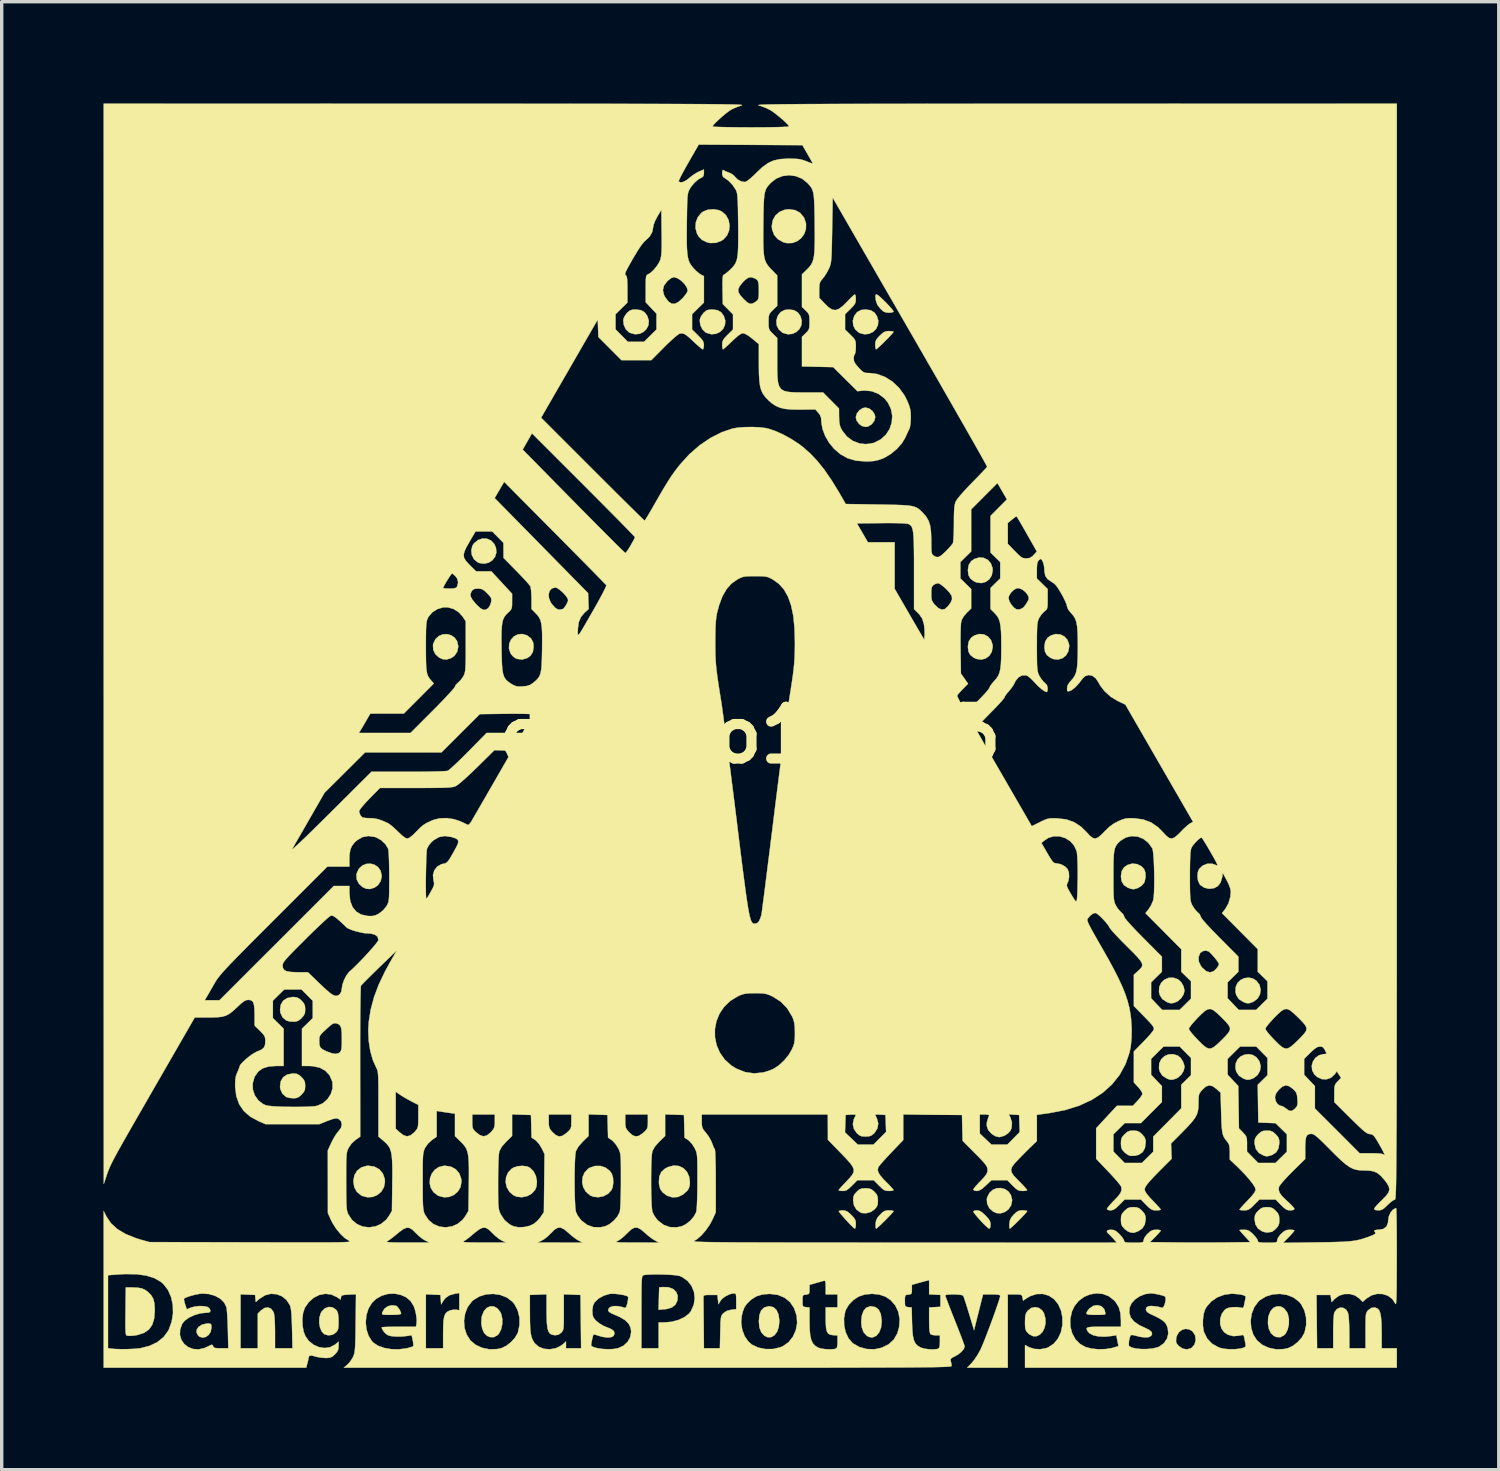
<source format=kicad_pcb>
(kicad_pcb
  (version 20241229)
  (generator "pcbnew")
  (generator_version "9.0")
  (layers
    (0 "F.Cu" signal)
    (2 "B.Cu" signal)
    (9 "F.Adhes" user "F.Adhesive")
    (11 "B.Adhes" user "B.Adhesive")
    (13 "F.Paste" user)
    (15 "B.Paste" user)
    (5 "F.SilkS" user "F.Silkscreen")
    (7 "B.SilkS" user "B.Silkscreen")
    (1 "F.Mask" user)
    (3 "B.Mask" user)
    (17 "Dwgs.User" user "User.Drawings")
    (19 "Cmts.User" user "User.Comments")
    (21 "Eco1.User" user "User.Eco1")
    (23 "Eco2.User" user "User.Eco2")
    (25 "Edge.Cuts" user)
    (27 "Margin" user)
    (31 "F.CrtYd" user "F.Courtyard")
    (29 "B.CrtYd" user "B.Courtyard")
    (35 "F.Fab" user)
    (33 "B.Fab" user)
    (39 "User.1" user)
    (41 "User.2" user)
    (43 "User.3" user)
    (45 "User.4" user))
  (footprint "dplogo15x15"
    (layer "F.Cu")
    (at 19.055 18.61)
    (property "Reference" "dplogo15x15" (at 0 0 0) (layer "F.SilkS") (effects (font (size 1.524 1.524) (thickness 0.3))))
    (attr through_hole)
    (fp_poly (pts (xy -2.407 16.268) (xy -2.274 16.318) (xy -2.182 16.404) (xy -2.137 16.52) (xy -2.145 16.657) (xy -2.204 16.78) (xy -2.309 16.863) (xy -2.464 16.909) (xy -2.524 16.916) (xy -2.701 16.931) (xy -2.692 16.601) (xy -2.683 16.272) (xy -2.572 16.261) (xy -2.407 16.268)) (stroke (width 0.01) (type solid)) (fill yes) (layer "F.SilkS"))
    (fp_poly (pts (xy -15.909 17.341) (xy -15.882 17.368) (xy -15.875 17.436) (xy -15.875 17.464) (xy -15.898 17.58) (xy -15.958 17.672) (xy -16.042 17.732) (xy -16.136 17.752) (xy -16.226 17.725) (xy -16.267 17.69) (xy -16.314 17.601) (xy -16.307 17.513) (xy -16.252 17.433) (xy -16.157 17.372) (xy -16.03 17.339) (xy -15.968 17.335) (xy -15.909 17.341)) (stroke (width 0.01) (type solid)) (fill yes) (layer "F.SilkS"))
    (fp_poly (pts (xy 3.506 -9.623) (xy 3.602 -9.55) (xy 3.666 -9.449) (xy 3.683 -9.366) (xy 3.654 -9.258) (xy 3.581 -9.162) (xy 3.48 -9.097) (xy 3.397 -9.081) (xy 3.288 -9.109) (xy 3.204 -9.173) (xy 3.129 -9.279) (xy 3.111 -9.366) (xy 3.14 -9.475) (xy 3.214 -9.571) (xy 3.314 -9.635) (xy 3.397 -9.652) (xy 3.506 -9.623)) (stroke (width 0.01) (type solid)) (fill yes) (layer "F.SilkS"))
    (fp_poly (pts (xy -10.431 16.815) (xy -10.382 16.857) (xy -10.33 16.932) (xy -10.294 17.011) (xy -10.287 17.048) (xy -10.318 17.065) (xy -10.405 17.076) (xy -10.542 17.081) (xy -10.575 17.081) (xy -10.711 17.081) (xy -10.794 17.077) (xy -10.836 17.067) (xy -10.849 17.047) (xy -10.844 17.016) (xy -10.842 17.01) (xy -10.781 16.903) (xy -10.68 16.829) (xy -10.557 16.797) (xy -10.431 16.815)) (stroke (width 0.01) (type solid)) (fill yes) (layer "F.SilkS"))
    (fp_poly (pts (xy -7.76 -5.789) (xy -7.639 -5.735) (xy -7.543 -5.635) (xy -7.492 -5.521) (xy -7.48 -5.379) (xy -7.519 -5.253) (xy -7.6 -5.15) (xy -7.711 -5.08) (xy -7.841 -5.051) (xy -7.98 -5.071) (xy -8.04 -5.098) (xy -8.143 -5.187) (xy -8.204 -5.308) (xy -8.22 -5.444) (xy -8.188 -5.576) (xy -8.143 -5.647) (xy -8.024 -5.747) (xy -7.892 -5.794) (xy -7.76 -5.789)) (stroke (width 0.01) (type solid)) (fill yes) (layer "F.SilkS"))
    (fp_poly (pts (xy 1.294 -12.519) (xy 1.406 -12.45) (xy 1.477 -12.35) (xy 1.519 -12.211) (xy 1.507 -12.081) (xy 1.45 -11.966) (xy 1.359 -11.878) (xy 1.241 -11.823) (xy 1.107 -11.811) (xy 0.965 -11.85) (xy 0.945 -11.861) (xy 0.841 -11.951) (xy 0.78 -12.074) (xy 0.769 -12.213) (xy 0.809 -12.35) (xy 0.895 -12.464) (xy 1.013 -12.526) (xy 1.143 -12.541) (xy 1.294 -12.519)) (stroke (width 0.01) (type solid)) (fill yes) (layer "F.SilkS"))
    (fp_poly (pts (xy 3.548 -12.519) (xy 3.66 -12.45) (xy 3.731 -12.35) (xy 3.773 -12.211) (xy 3.761 -12.081) (xy 3.705 -11.966) (xy 3.613 -11.878) (xy 3.495 -11.823) (xy 3.361 -11.811) (xy 3.22 -11.85) (xy 3.199 -11.861) (xy 3.095 -11.951) (xy 3.034 -12.074) (xy 3.023 -12.213) (xy 3.064 -12.35) (xy 3.149 -12.464) (xy 3.267 -12.526) (xy 3.397 -12.541) (xy 3.548 -12.519)) (stroke (width 0.01) (type solid)) (fill yes) (layer "F.SilkS"))
    (fp_poly (pts (xy -11.069 3.819) (xy -10.966 3.889) (xy -10.892 3.994) (xy -10.859 4.134) (xy -10.858 4.161) (xy -10.888 4.3) (xy -10.968 4.42) (xy -11.068 4.492) (xy -11.203 4.535) (xy -11.325 4.523) (xy -11.424 4.476) (xy -11.532 4.377) (xy -11.594 4.25) (xy -11.603 4.11) (xy -11.592 4.064) (xy -11.526 3.93) (xy -11.429 3.841) (xy -11.312 3.794) (xy -11.188 3.787) (xy -11.069 3.819)) (stroke (width 0.01) (type solid)) (fill yes) (layer "F.SilkS"))
    (fp_poly (pts (xy -8.815 -2.944) (xy -8.712 -2.874) (xy -8.638 -2.769) (xy -8.605 -2.63) (xy -8.604 -2.603) (xy -8.633 -2.458) (xy -8.713 -2.339) (xy -8.806 -2.274) (xy -8.94 -2.229) (xy -9.059 -2.236) (xy -9.17 -2.287) (xy -9.278 -2.386) (xy -9.34 -2.513) (xy -9.348 -2.653) (xy -9.338 -2.699) (xy -9.272 -2.832) (xy -9.175 -2.921) (xy -9.058 -2.969) (xy -8.934 -2.976) (xy -8.815 -2.944)) (stroke (width 0.01) (type solid)) (fill yes) (layer "F.SilkS"))
    (fp_poly (pts (xy -6.583 -2.942) (xy -6.573 -2.937) (xy -6.459 -2.851) (xy -6.397 -2.734) (xy -6.382 -2.603) (xy -6.404 -2.453) (xy -6.473 -2.341) (xy -6.573 -2.27) (xy -6.72 -2.227) (xy -6.868 -2.246) (xy -6.929 -2.272) (xy -7.007 -2.336) (xy -7.064 -2.412) (xy -7.109 -2.556) (xy -7.102 -2.692) (xy -7.051 -2.812) (xy -6.965 -2.906) (xy -6.852 -2.966) (xy -6.722 -2.981) (xy -6.583 -2.942)) (stroke (width 0.01) (type solid)) (fill yes) (layer "F.SilkS"))
    (fp_poly (pts (xy 0.685 16.856) (xy 0.773 16.938) (xy 0.832 17.069) (xy 0.857 17.241) (xy 0.857 17.275) (xy 0.839 17.444) (xy 0.789 17.582) (xy 0.714 17.682) (xy 0.621 17.737) (xy 0.516 17.742) (xy 0.42 17.699) (xy 0.325 17.597) (xy 0.27 17.45) (xy 0.254 17.272) (xy 0.271 17.084) (xy 0.323 16.949) (xy 0.411 16.864) (xy 0.536 16.829) (xy 0.569 16.828) (xy 0.685 16.856)) (stroke (width 0.01) (type solid)) (fill yes) (layer "F.SilkS"))
    (fp_poly (pts (xy 6.884 -5.222) (xy 7.003 -5.16) (xy 7.092 -5.058) (xy 7.139 -4.921) (xy 7.144 -4.858) (xy 7.117 -4.709) (xy 7.044 -4.592) (xy 6.937 -4.514) (xy 6.807 -4.48) (xy 6.667 -4.499) (xy 6.582 -4.539) (xy 6.484 -4.617) (xy 6.431 -4.712) (xy 6.414 -4.844) (xy 6.413 -4.864) (xy 6.437 -5.014) (xy 6.51 -5.126) (xy 6.604 -5.191) (xy 6.748 -5.235) (xy 6.884 -5.222)) (stroke (width 0.01) (type solid)) (fill yes) (layer "F.SilkS"))
    (fp_poly (pts (xy 6.884 -2.968) (xy 7.003 -2.906) (xy 7.092 -2.803) (xy 7.139 -2.666) (xy 7.144 -2.603) (xy 7.117 -2.455) (xy 7.044 -2.338) (xy 6.937 -2.259) (xy 6.807 -2.226) (xy 6.667 -2.245) (xy 6.582 -2.284) (xy 6.484 -2.362) (xy 6.431 -2.458) (xy 6.414 -2.59) (xy 6.413 -2.61) (xy 6.437 -2.759) (xy 6.51 -2.871) (xy 6.604 -2.937) (xy 6.748 -2.98) (xy 6.884 -2.968)) (stroke (width 0.01) (type solid)) (fill yes) (layer "F.SilkS"))
    (fp_poly (pts (xy 7.505 13.376) (xy 7.607 13.446) (xy 7.681 13.551) (xy 7.715 13.691) (xy 7.715 13.717) (xy 7.686 13.856) (xy 7.606 13.976) (xy 7.505 14.049) (xy 7.371 14.092) (xy 7.249 14.08) (xy 7.15 14.033) (xy 7.042 13.934) (xy 6.98 13.806) (xy 6.971 13.667) (xy 6.981 13.62) (xy 7.048 13.487) (xy 7.145 13.398) (xy 7.262 13.35) (xy 7.386 13.344) (xy 7.505 13.376)) (stroke (width 0.01) (type solid)) (fill yes) (layer "F.SilkS"))
    (fp_poly (pts (xy 9.136 -2.967) (xy 9.255 -2.908) (xy 9.345 -2.809) (xy 9.393 -2.678) (xy 9.398 -2.619) (xy 9.372 -2.466) (xy 9.301 -2.346) (xy 9.196 -2.264) (xy 9.069 -2.227) (xy 8.93 -2.242) (xy 8.836 -2.284) (xy 8.738 -2.362) (xy 8.685 -2.458) (xy 8.668 -2.59) (xy 8.668 -2.61) (xy 8.691 -2.759) (xy 8.764 -2.871) (xy 8.859 -2.937) (xy 8.999 -2.979) (xy 9.136 -2.967)) (stroke (width 0.01) (type solid)) (fill yes) (layer "F.SilkS"))
    (fp_poly (pts (xy -7.55 16.834) (xy -7.448 16.891) (xy -7.363 17) (xy -7.336 17.06) (xy -7.305 17.204) (xy -7.308 17.36) (xy -7.341 17.509) (xy -7.401 17.63) (xy -7.451 17.683) (xy -7.558 17.739) (xy -7.67 17.735) (xy -7.751 17.701) (xy -7.836 17.621) (xy -7.895 17.497) (xy -7.923 17.345) (xy -7.918 17.179) (xy -7.905 17.112) (xy -7.847 16.969) (xy -7.761 16.874) (xy -7.658 16.829) (xy -7.55 16.834)) (stroke (width 0.01) (type solid)) (fill yes) (layer "F.SilkS"))
    (fp_poly (pts (xy 3.69 16.853) (xy 3.786 16.929) (xy 3.847 17.057) (xy 3.872 17.237) (xy 3.873 17.288) (xy 3.854 17.457) (xy 3.8 17.596) (xy 3.718 17.695) (xy 3.614 17.744) (xy 3.572 17.748) (xy 3.496 17.73) (xy 3.436 17.699) (xy 3.339 17.593) (xy 3.284 17.441) (xy 3.27 17.292) (xy 3.288 17.105) (xy 3.339 16.962) (xy 3.421 16.869) (xy 3.532 16.829) (xy 3.558 16.828) (xy 3.69 16.853)) (stroke (width 0.01) (type solid)) (fill yes) (layer "F.SilkS"))
    (fp_poly (pts (xy 15.627 16.834) (xy 15.73 16.891) (xy 15.814 17) (xy 15.841 17.06) (xy 15.872 17.204) (xy 15.87 17.36) (xy 15.836 17.509) (xy 15.776 17.63) (xy 15.727 17.683) (xy 15.619 17.739) (xy 15.507 17.735) (xy 15.427 17.701) (xy 15.342 17.621) (xy 15.283 17.497) (xy 15.254 17.345) (xy 15.259 17.179) (xy 15.272 17.112) (xy 15.33 16.969) (xy 15.416 16.874) (xy 15.519 16.829) (xy 15.627 16.834)) (stroke (width 0.01) (type solid)) (fill yes) (layer "F.SilkS"))
    (fp_poly (pts (xy -11.071 12.715) (xy -10.929 12.793) (xy -10.827 12.914) (xy -10.771 13.069) (xy -10.763 13.16) (xy -10.792 13.318) (xy -10.869 13.449) (xy -10.983 13.547) (xy -11.123 13.606) (xy -11.277 13.617) (xy -11.434 13.576) (xy -11.462 13.562) (xy -11.589 13.46) (xy -11.667 13.32) (xy -11.694 13.146) (xy -11.694 13.136) (xy -11.663 12.968) (xy -11.583 12.833) (xy -11.461 12.738) (xy -11.305 12.691) (xy -11.245 12.688) (xy -11.071 12.715)) (stroke (width 0.01) (type solid)) (fill yes) (layer "F.SilkS"))
    (fp_poly (pts (xy -8.817 12.715) (xy -8.675 12.793) (xy -8.572 12.914) (xy -8.517 13.069) (xy -8.509 13.16) (xy -8.537 13.318) (xy -8.615 13.449) (xy -8.729 13.547) (xy -8.869 13.606) (xy -9.023 13.617) (xy -9.18 13.576) (xy -9.208 13.562) (xy -9.334 13.464) (xy -9.412 13.34) (xy -9.444 13.201) (xy -9.435 13.059) (xy -9.386 12.926) (xy -9.301 12.812) (xy -9.183 12.729) (xy -9.033 12.69) (xy -8.991 12.688) (xy -8.817 12.715)) (stroke (width 0.01) (type solid)) (fill yes) (layer "F.SilkS"))
    (fp_poly (pts (xy -6.572 12.709) (xy -6.495 12.743) (xy -6.387 12.849) (xy -6.315 12.99) (xy -6.285 13.147) (xy -6.299 13.302) (xy -6.339 13.399) (xy -6.439 13.51) (xy -6.575 13.584) (xy -6.729 13.615) (xy -6.881 13.599) (xy -6.977 13.557) (xy -7.098 13.452) (xy -7.175 13.318) (xy -7.206 13.171) (xy -7.193 13.022) (xy -7.135 12.887) (xy -7.032 12.777) (xy -6.978 12.744) (xy -6.851 12.701) (xy -6.707 12.69) (xy -6.572 12.709)) (stroke (width 0.01) (type solid)) (fill yes) (layer "F.SilkS"))
    (fp_poly (pts (xy -4.408 12.694) (xy -4.26 12.744) (xy -4.138 12.839) (xy -4.079 12.923) (xy -4.043 13.042) (xy -4.035 13.185) (xy -4.054 13.321) (xy -4.085 13.399) (xy -4.185 13.51) (xy -4.321 13.584) (xy -4.474 13.615) (xy -4.627 13.599) (xy -4.723 13.557) (xy -4.844 13.452) (xy -4.921 13.318) (xy -4.952 13.171) (xy -4.939 13.022) (xy -4.881 12.887) (xy -4.778 12.777) (xy -4.724 12.744) (xy -4.568 12.693) (xy -4.408 12.694)) (stroke (width 0.01) (type solid)) (fill yes) (layer "F.SilkS"))
    (fp_poly (pts (xy -3.223 -12.522) (xy -3.111 -12.459) (xy -3.032 -12.35) (xy -2.989 -12.211) (xy -3 -12.08) (xy -3.056 -11.967) (xy -3.147 -11.879) (xy -3.263 -11.824) (xy -3.396 -11.812) (xy -3.535 -11.85) (xy -3.578 -11.873) (xy -3.666 -11.96) (xy -3.724 -12.082) (xy -3.741 -12.215) (xy -3.733 -12.273) (xy -3.696 -12.352) (xy -3.633 -12.437) (xy -3.62 -12.45) (xy -3.548 -12.509) (xy -3.47 -12.536) (xy -3.375 -12.541) (xy -3.223 -12.522)) (stroke (width 0.01) (type solid)) (fill yes) (layer "F.SilkS"))
    (fp_poly (pts (xy -0.969 -12.522) (xy -0.857 -12.459) (xy -0.778 -12.35) (xy -0.735 -12.211) (xy -0.746 -12.08) (xy -0.802 -11.967) (xy -0.893 -11.879) (xy -1.009 -11.824) (xy -1.142 -11.812) (xy -1.281 -11.85) (xy -1.324 -11.873) (xy -1.412 -11.96) (xy -1.47 -12.082) (xy -1.487 -12.215) (xy -1.479 -12.273) (xy -1.442 -12.352) (xy -1.379 -12.437) (xy -1.366 -12.45) (xy -1.294 -12.509) (xy -1.216 -12.536) (xy -1.121 -12.541) (xy -0.969 -12.522)) (stroke (width 0.01) (type solid)) (fill yes) (layer "F.SilkS"))
    (fp_poly (pts (xy 1.324 -15.468) (xy 1.468 -15.39) (xy 1.576 -15.26) (xy 1.592 -15.231) (xy 1.644 -15.069) (xy 1.641 -14.912) (xy 1.591 -14.767) (xy 1.502 -14.644) (xy 1.381 -14.552) (xy 1.237 -14.5) (xy 1.077 -14.497) (xy 0.974 -14.523) (xy 0.815 -14.611) (xy 0.704 -14.739) (xy 0.644 -14.899) (xy 0.635 -15) (xy 0.664 -15.171) (xy 0.744 -15.314) (xy 0.868 -15.42) (xy 1.026 -15.482) (xy 1.143 -15.494) (xy 1.324 -15.468)) (stroke (width 0.01) (type solid)) (fill yes) (layer "F.SilkS"))
    (fp_poly (pts (xy 3.761 -12.964) (xy 3.831 -12.906) (xy 3.918 -12.824) (xy 4.012 -12.731) (xy 4.101 -12.637) (xy 4.173 -12.555) (xy 4.216 -12.496) (xy 4.223 -12.478) (xy 4.194 -12.459) (xy 4.123 -12.447) (xy 4.086 -12.446) (xy 3.994 -12.454) (xy 3.923 -12.485) (xy 3.846 -12.554) (xy 3.835 -12.565) (xy 3.749 -12.675) (xy 3.705 -12.793) (xy 3.698 -12.835) (xy 3.688 -12.928) (xy 3.696 -12.974) (xy 3.722 -12.986) (xy 3.761 -12.964)) (stroke (width 0.01) (type solid)) (fill yes) (layer "F.SilkS"))
    (fp_poly (pts (xy 8.106 14.007) (xy 8.155 14.02) (xy 8.16 14.026) (xy 8.139 14.057) (xy 8.082 14.12) (xy 8.003 14.204) (xy 7.911 14.298) (xy 7.818 14.39) (xy 7.735 14.468) (xy 7.674 14.523) (xy 7.647 14.541) (xy 7.637 14.513) (xy 7.634 14.441) (xy 7.636 14.395) (xy 7.652 14.293) (xy 7.692 14.211) (xy 7.766 14.125) (xy 7.848 14.05) (xy 7.917 14.013) (xy 8 14.002) (xy 8.023 14.002) (xy 8.106 14.007)) (stroke (width 0.01) (type solid)) (fill yes) (layer "F.SilkS"))
    (fp_poly (pts (xy 10.332 16.822) (xy 10.382 16.859) (xy 10.429 16.915) (xy 10.446 16.952) (xy 10.456 17.005) (xy 10.465 17.031) (xy 10.467 17.055) (xy 10.442 17.07) (xy 10.38 17.078) (xy 10.272 17.081) (xy 10.195 17.081) (xy 10.056 17.08) (xy 9.969 17.074) (xy 9.923 17.061) (xy 9.907 17.04) (xy 9.906 17.031) (xy 9.927 16.979) (xy 9.98 16.909) (xy 9.999 16.889) (xy 10.106 16.817) (xy 10.223 16.794) (xy 10.332 16.822)) (stroke (width 0.01) (type solid)) (fill yes) (layer "F.SilkS"))
    (fp_poly (pts (xy 11.4 3.8) (xy 11.528 3.866) (xy 11.603 3.944) (xy 11.642 4.046) (xy 11.649 4.176) (xy 11.623 4.307) (xy 11.603 4.354) (xy 11.53 4.438) (xy 11.423 4.504) (xy 11.308 4.538) (xy 11.28 4.539) (xy 11.212 4.526) (xy 11.127 4.496) (xy 11.125 4.495) (xy 11.008 4.416) (xy 10.941 4.302) (xy 10.922 4.159) (xy 10.944 4.008) (xy 11.014 3.896) (xy 11.113 3.826) (xy 11.255 3.785) (xy 11.4 3.8)) (stroke (width 0.01) (type solid)) (fill yes) (layer "F.SilkS"))
    (fp_poly (pts (xy 12.602 9.444) (xy 12.686 9.516) (xy 12.754 9.625) (xy 12.792 9.743) (xy 12.795 9.784) (xy 12.768 9.893) (xy 12.699 10.003) (xy 12.604 10.089) (xy 12.557 10.114) (xy 12.46 10.149) (xy 12.385 10.154) (xy 12.302 10.129) (xy 12.271 10.115) (xy 12.142 10.031) (xy 12.066 9.912) (xy 12.043 9.818) (xy 12.051 9.672) (xy 12.109 9.55) (xy 12.205 9.458) (xy 12.329 9.406) (xy 12.469 9.401) (xy 12.602 9.444)) (stroke (width 0.01) (type solid)) (fill yes) (layer "F.SilkS"))
    (fp_poly (pts (xy 14.805 7.169) (xy 14.915 7.237) (xy 15.001 7.353) (xy 15.005 7.36) (xy 15.039 7.501) (xy 15.018 7.64) (xy 14.947 7.762) (xy 14.833 7.85) (xy 14.81 7.861) (xy 14.713 7.896) (xy 14.638 7.9) (xy 14.554 7.873) (xy 14.526 7.861) (xy 14.396 7.776) (xy 14.32 7.657) (xy 14.297 7.564) (xy 14.304 7.42) (xy 14.357 7.302) (xy 14.446 7.215) (xy 14.558 7.161) (xy 14.682 7.145) (xy 14.805 7.169)) (stroke (width 0.01) (type solid)) (fill yes) (layer "F.SilkS"))
    (fp_poly (pts (xy 14.805 9.423) (xy 14.915 9.492) (xy 15.001 9.607) (xy 15.005 9.615) (xy 15.039 9.755) (xy 15.018 9.894) (xy 14.947 10.016) (xy 14.833 10.105) (xy 14.81 10.115) (xy 14.713 10.15) (xy 14.638 10.154) (xy 14.554 10.128) (xy 14.526 10.115) (xy 14.396 10.031) (xy 14.32 9.912) (xy 14.297 9.818) (xy 14.304 9.674) (xy 14.357 9.556) (xy 14.446 9.469) (xy 14.558 9.416) (xy 14.682 9.399) (xy 14.805 9.423)) (stroke (width 0.01) (type solid)) (fill yes) (layer "F.SilkS"))
    (fp_poly (pts (xy -2.103 12.695) (xy -1.968 12.759) (xy -1.864 12.868) (xy -1.798 13.017) (xy -1.778 13.172) (xy -1.788 13.29) (xy -1.823 13.378) (xy -1.861 13.429) (xy -1.992 13.544) (xy -2.14 13.609) (xy -2.294 13.619) (xy -2.441 13.573) (xy -2.461 13.562) (xy -2.58 13.473) (xy -2.651 13.376) (xy -2.684 13.249) (xy -2.691 13.183) (xy -2.681 13.01) (xy -2.625 12.877) (xy -2.517 12.776) (xy -2.425 12.727) (xy -2.258 12.682) (xy -2.103 12.695)) (stroke (width 0.01) (type solid)) (fill yes) (layer "F.SilkS"))
    (fp_poly (pts (xy -0.926 -15.468) (xy -0.836 -15.427) (xy -0.715 -15.319) (xy -0.639 -15.18) (xy -0.609 -15.026) (xy -0.623 -14.87) (xy -0.683 -14.725) (xy -0.788 -14.606) (xy -0.845 -14.568) (xy -1.01 -14.505) (xy -1.182 -14.499) (xy -1.28 -14.523) (xy -1.42 -14.592) (xy -1.517 -14.688) (xy -1.569 -14.779) (xy -1.613 -14.939) (xy -1.604 -15.104) (xy -1.546 -15.258) (xy -1.444 -15.384) (xy -1.386 -15.427) (xy -1.246 -15.481) (xy -1.084 -15.495) (xy -0.926 -15.468)) (stroke (width 0.01) (type solid)) (fill yes) (layer "F.SilkS"))
    (fp_poly (pts (xy 2.8 14.011) (xy 2.872 14.045) (xy 2.956 14.117) (xy 2.975 14.135) (xy 3.054 14.219) (xy 3.095 14.286) (xy 3.11 14.359) (xy 3.111 14.405) (xy 3.105 14.488) (xy 3.09 14.536) (xy 3.082 14.541) (xy 3.05 14.519) (xy 2.986 14.459) (xy 2.901 14.372) (xy 2.836 14.301) (xy 2.744 14.197) (xy 2.669 14.11) (xy 2.621 14.05) (xy 2.609 14.031) (xy 2.63 14.012) (xy 2.695 14.002) (xy 2.719 14.002) (xy 2.8 14.011)) (stroke (width 0.01) (type solid)) (fill yes) (layer "F.SilkS"))
    (fp_poly (pts (xy 4.169 14.007) (xy 4.218 14.02) (xy 4.223 14.026) (xy 4.201 14.058) (xy 4.145 14.121) (xy 4.065 14.205) (xy 3.973 14.299) (xy 3.88 14.39) (xy 3.797 14.469) (xy 3.735 14.523) (xy 3.708 14.541) (xy 3.696 14.513) (xy 3.693 14.442) (xy 3.694 14.398) (xy 3.709 14.3) (xy 3.748 14.219) (xy 3.824 14.13) (xy 3.826 14.128) (xy 3.908 14.052) (xy 3.976 14.014) (xy 4.057 14.002) (xy 4.086 14.002) (xy 4.169 14.007)) (stroke (width 0.01) (type solid)) (fill yes) (layer "F.SilkS"))
    (fp_poly (pts (xy 4.171 -11.901) (xy 4.218 -11.888) (xy 4.223 -11.882) (xy 4.201 -11.85) (xy 4.145 -11.787) (xy 4.065 -11.702) (xy 3.972 -11.609) (xy 3.879 -11.517) (xy 3.796 -11.439) (xy 3.734 -11.385) (xy 3.706 -11.367) (xy 3.692 -11.395) (xy 3.684 -11.466) (xy 3.683 -11.503) (xy 3.689 -11.588) (xy 3.716 -11.655) (xy 3.775 -11.728) (xy 3.819 -11.773) (xy 3.906 -11.851) (xy 3.975 -11.891) (xy 4.051 -11.905) (xy 4.089 -11.906) (xy 4.171 -11.901)) (stroke (width 0.01) (type solid)) (fill yes) (layer "F.SilkS"))
    (fp_poly (pts (xy 6.748 14.013) (xy 6.819 14.052) (xy 6.907 14.13) (xy 6.931 14.154) (xy 7.015 14.246) (xy 7.061 14.317) (xy 7.079 14.386) (xy 7.08 14.424) (xy 7.07 14.508) (xy 7.043 14.541) (xy 7.041 14.541) (xy 7.004 14.518) (xy 6.936 14.458) (xy 6.848 14.371) (xy 6.787 14.305) (xy 6.696 14.203) (xy 6.624 14.115) (xy 6.581 14.055) (xy 6.572 14.036) (xy 6.6 14.013) (xy 6.668 14.002) (xy 6.677 14.002) (xy 6.748 14.013)) (stroke (width 0.01) (type solid)) (fill yes) (layer "F.SilkS"))
    (fp_poly (pts (xy 12.601 7.194) (xy 12.607 7.198) (xy 12.7 7.283) (xy 12.768 7.403) (xy 12.795 7.527) (xy 12.795 7.53) (xy 12.768 7.639) (xy 12.699 7.749) (xy 12.604 7.835) (xy 12.557 7.86) (xy 12.46 7.895) (xy 12.385 7.9) (xy 12.302 7.875) (xy 12.271 7.861) (xy 12.142 7.776) (xy 12.066 7.657) (xy 12.043 7.564) (xy 12.051 7.418) (xy 12.109 7.296) (xy 12.204 7.205) (xy 12.326 7.152) (xy 12.462 7.146) (xy 12.601 7.194)) (stroke (width 0.01) (type solid)) (fill yes) (layer "F.SilkS"))
    (fp_poly (pts (xy -13.364 7.725) (xy -13.286 7.765) (xy -13.221 7.823) (xy -13.151 7.903) (xy -13.12 7.979) (xy -13.113 8.08) (xy -13.12 8.184) (xy -13.153 8.259) (xy -13.221 8.338) (xy -13.302 8.407) (xy -13.378 8.438) (xy -13.467 8.444) (xy -13.571 8.435) (xy -13.66 8.411) (xy -13.677 8.403) (xy -13.784 8.309) (xy -13.844 8.178) (xy -13.854 8.097) (xy -13.832 7.942) (xy -13.761 7.823) (xy -13.643 7.747) (xy -13.485 7.716) (xy -13.46 7.715) (xy -13.364 7.725)) (stroke (width 0.01) (type solid)) (fill yes) (layer "F.SilkS"))
    (fp_poly (pts (xy -13.364 9.98) (xy -13.286 10.019) (xy -13.221 10.077) (xy -13.151 10.157) (xy -13.12 10.233) (xy -13.113 10.335) (xy -13.12 10.438) (xy -13.153 10.514) (xy -13.221 10.592) (xy -13.302 10.662) (xy -13.378 10.693) (xy -13.467 10.699) (xy -13.571 10.689) (xy -13.66 10.666) (xy -13.677 10.658) (xy -13.784 10.564) (xy -13.844 10.433) (xy -13.854 10.351) (xy -13.832 10.196) (xy -13.761 10.078) (xy -13.643 10.001) (xy -13.485 9.97) (xy -13.46 9.97) (xy -13.364 9.98)) (stroke (width 0.01) (type solid)) (fill yes) (layer "F.SilkS"))
    (fp_poly (pts (xy -12.311 16.858) (xy -12.211 16.921) (xy -12.179 16.96) (xy -12.148 17.034) (xy -12.132 17.153) (xy -12.129 17.274) (xy -12.131 17.403) (xy -12.141 17.488) (xy -12.164 17.546) (xy -12.203 17.598) (xy -12.206 17.601) (xy -12.307 17.667) (xy -12.428 17.685) (xy -12.545 17.653) (xy -12.549 17.65) (xy -12.625 17.573) (xy -12.676 17.454) (xy -12.7 17.312) (xy -12.694 17.166) (xy -12.656 17.034) (xy -12.629 16.985) (xy -12.534 16.891) (xy -12.424 16.848) (xy -12.311 16.858)) (stroke (width 0.01) (type solid)) (fill yes) (layer "F.SilkS"))
    (fp_poly (pts (xy 8.509 16.879) (xy 8.605 16.954) (xy 8.655 17.035) (xy 8.697 17.189) (xy 8.7 17.336) (xy 8.669 17.47) (xy 8.611 17.582) (xy 8.532 17.664) (xy 8.438 17.71) (xy 8.334 17.71) (xy 8.228 17.658) (xy 8.189 17.624) (xy 8.141 17.571) (xy 8.113 17.518) (xy 8.1 17.447) (xy 8.096 17.338) (xy 8.096 17.293) (xy 8.099 17.164) (xy 8.11 17.079) (xy 8.135 17.017) (xy 8.178 16.958) (xy 8.178 16.957) (xy 8.28 16.878) (xy 8.396 16.853) (xy 8.509 16.879)) (stroke (width 0.01) (type solid)) (fill yes) (layer "F.SilkS"))
    (fp_poly (pts (xy 15.328 11.66) (xy 15.403 11.692) (xy 15.481 11.76) (xy 15.551 11.84) (xy 15.582 11.916) (xy 15.589 12.017) (xy 15.565 12.175) (xy 15.493 12.294) (xy 15.376 12.37) (xy 15.342 12.381) (xy 15.261 12.403) (xy 15.214 12.409) (xy 15.169 12.4) (xy 15.129 12.387) (xy 14.99 12.313) (xy 14.9 12.199) (xy 14.861 12.048) (xy 14.859 12.007) (xy 14.868 11.908) (xy 14.904 11.832) (xy 14.967 11.76) (xy 15.047 11.691) (xy 15.123 11.659) (xy 15.224 11.652) (xy 15.328 11.66)) (stroke (width 0.01) (type solid)) (fill yes) (layer "F.SilkS"))
    (fp_poly (pts (xy 11.391 11.66) (xy 11.466 11.692) (xy 11.544 11.76) (xy 11.616 11.844) (xy 11.647 11.924) (xy 11.652 11.997) (xy 11.63 12.163) (xy 11.562 12.285) (xy 11.449 12.363) (xy 11.35 12.39) (xy 11.255 12.397) (xy 11.184 12.392) (xy 11.117 12.361) (xy 11.038 12.302) (xy 11.018 12.283) (xy 10.957 12.211) (xy 10.929 12.137) (xy 10.922 12.031) (xy 10.922 12.028) (xy 10.928 11.922) (xy 10.955 11.848) (xy 11.016 11.774) (xy 11.03 11.76) (xy 11.11 11.691) (xy 11.186 11.659) (xy 11.287 11.652) (xy 11.391 11.66)) (stroke (width 0.01) (type solid)) (fill yes) (layer "F.SilkS"))
    (fp_poly (pts (xy 3.503 13.358) (xy 3.578 13.386) (xy 3.652 13.448) (xy 3.659 13.455) (xy 3.724 13.53) (xy 3.754 13.604) (xy 3.762 13.706) (xy 3.762 13.716) (xy 3.756 13.823) (xy 3.727 13.897) (xy 3.666 13.97) (xy 3.664 13.972) (xy 3.552 14.049) (xy 3.419 14.087) (xy 3.292 14.081) (xy 3.254 14.068) (xy 3.131 13.982) (xy 3.056 13.857) (xy 3.032 13.714) (xy 3.039 13.608) (xy 3.068 13.533) (xy 3.133 13.458) (xy 3.136 13.455) (xy 3.211 13.389) (xy 3.285 13.359) (xy 3.387 13.351) (xy 3.397 13.351) (xy 3.503 13.358)) (stroke (width 0.01) (type solid)) (fill yes) (layer "F.SilkS"))
    (fp_poly (pts (xy -18.209 16.273) (xy -18.044 16.28) (xy -17.924 16.303) (xy -17.827 16.346) (xy -17.75 16.403) (xy -17.654 16.498) (xy -17.592 16.601) (xy -17.558 16.728) (xy -17.545 16.896) (xy -17.544 16.954) (xy -17.562 17.188) (xy -17.619 17.373) (xy -17.718 17.513) (xy -17.863 17.612) (xy -18.056 17.675) (xy -18.177 17.694) (xy -18.273 17.7) (xy -18.349 17.696) (xy -18.36 17.694) (xy -18.378 17.685) (xy -18.392 17.664) (xy -18.401 17.623) (xy -18.407 17.554) (xy -18.41 17.449) (xy -18.411 17.301) (xy -18.409 17.1) (xy -18.408 16.976) (xy -18.399 16.272) (xy -18.209 16.273)) (stroke (width 0.01) (type solid)) (fill yes) (layer "F.SilkS"))
    (fp_poly (pts (xy 15.328 13.914) (xy 15.403 13.946) (xy 15.481 14.014) (xy 15.549 14.091) (xy 15.58 14.163) (xy 15.589 14.262) (xy 15.589 14.282) (xy 15.583 14.389) (xy 15.555 14.463) (xy 15.496 14.535) (xy 15.492 14.539) (xy 15.423 14.599) (xy 15.369 14.634) (xy 15.357 14.637) (xy 15.296 14.644) (xy 15.256 14.652) (xy 15.185 14.65) (xy 15.095 14.625) (xy 15.08 14.619) (xy 14.959 14.536) (xy 14.884 14.412) (xy 14.859 14.256) (xy 14.869 14.158) (xy 14.907 14.081) (xy 14.967 14.014) (xy 15.047 13.945) (xy 15.123 13.914) (xy 15.224 13.906) (xy 15.328 13.914)) (stroke (width 0.01) (type solid)) (fill yes) (layer "F.SilkS"))
    (fp_poly (pts (xy 11.391 13.914) (xy 11.466 13.946) (xy 11.544 14.014) (xy 11.615 14.097) (xy 11.646 14.176) (xy 11.652 14.256) (xy 11.626 14.414) (xy 11.55 14.537) (xy 11.426 14.619) (xy 11.423 14.62) (xy 11.342 14.649) (xy 11.287 14.664) (xy 11.279 14.664) (xy 11.232 14.655) (xy 11.184 14.646) (xy 11.117 14.615) (xy 11.038 14.556) (xy 11.018 14.537) (xy 10.957 14.465) (xy 10.929 14.391) (xy 10.922 14.285) (xy 10.922 14.282) (xy 10.928 14.176) (xy 10.955 14.102) (xy 11.016 14.028) (xy 11.03 14.014) (xy 11.11 13.945) (xy 11.186 13.914) (xy 11.287 13.906) (xy 11.391 13.914)) (stroke (width 0.01) (type solid)) (fill yes) (layer "F.SilkS"))
    (fp_poly (pts (xy 19.05 -2.461) (xy 19.05 -1.251) (xy 19.05 -0.103) (xy 19.05 0.985) (xy 19.05 2.014) (xy 19.05 2.985) (xy 19.05 3.902) (xy 19.049 4.765) (xy 19.049 5.575) (xy 19.049 6.335) (xy 19.049 7.047) (xy 19.048 7.711) (xy 19.048 8.329) (xy 19.047 8.903) (xy 19.046 9.435) (xy 19.046 9.926) (xy 19.045 10.377) (xy 19.044 10.792) (xy 19.043 11.17) (xy 19.042 11.514) (xy 19.04 11.825) (xy 19.039 12.105) (xy 19.037 12.356) (xy 19.036 12.579) (xy 19.034 12.775) (xy 19.032 12.947) (xy 19.03 13.097) (xy 19.028 13.224) (xy 19.025 13.332) (xy 19.023 13.422) (xy 19.02 13.496) (xy 19.017 13.554) (xy 19.014 13.599) (xy 19.01 13.633) (xy 19.007 13.657) (xy 19.003 13.672) (xy 18.999 13.681) (xy 18.995 13.684) (xy 18.993 13.684) (xy 18.944 13.706) (xy 18.868 13.762) (xy 18.782 13.841) (xy 18.78 13.843) (xy 18.689 13.93) (xy 18.62 13.978) (xy 18.556 13.999) (xy 18.504 14.002) (xy 18.414 13.991) (xy 18.383 13.959) (xy 18.383 13.958) (xy 18.405 13.919) (xy 18.464 13.849) (xy 18.55 13.76) (xy 18.605 13.707) (xy 18.731 13.58) (xy 18.806 13.477) (xy 18.833 13.385) (xy 18.812 13.291) (xy 18.747 13.183) (xy 18.694 13.115) (xy 18.578 12.984) (xy 18.474 12.899) (xy 18.363 12.851) (xy 18.227 12.83) (xy 18.11 12.827) (xy 17.979 12.823) (xy 17.866 12.808) (xy 17.761 12.776) (xy 17.657 12.724) (xy 17.544 12.644) (xy 17.414 12.533) (xy 17.258 12.384) (xy 17.085 12.211) (xy 16.923 12.048) (xy 16.799 11.927) (xy 16.705 11.842) (xy 16.635 11.787) (xy 16.583 11.757) (xy 16.544 11.748) (xy 16.54 11.748) (xy 16.462 11.756) (xy 16.409 11.788) (xy 16.375 11.853) (xy 16.358 11.961) (xy 16.351 12.119) (xy 16.351 12.168) (xy 16.351 12.488) (xy 15.975 12.859) (xy 15.846 12.99) (xy 15.733 13.111) (xy 15.646 13.213) (xy 15.592 13.285) (xy 15.578 13.313) (xy 15.571 13.398) (xy 15.597 13.482) (xy 15.664 13.576) (xy 15.777 13.69) (xy 15.825 13.733) (xy 15.919 13.821) (xy 15.991 13.897) (xy 16.03 13.948) (xy 16.034 13.96) (xy 16.004 13.991) (xy 15.917 14.002) (xy 15.913 14.002) (xy 15.841 13.995) (xy 15.777 13.967) (xy 15.703 13.908) (xy 15.637 13.843) (xy 15.481 13.684) (xy 15.24 13.684) (xy 14.999 13.684) (xy 14.843 13.843) (xy 14.755 13.928) (xy 14.688 13.976) (xy 14.625 13.997) (xy 14.551 14.002) (xy 14.468 13.997) (xy 14.42 13.986) (xy 14.415 13.98) (xy 14.435 13.95) (xy 14.492 13.885) (xy 14.575 13.795) (xy 14.653 13.714) (xy 14.773 13.585) (xy 14.848 13.489) (xy 14.885 13.419) (xy 14.891 13.387) (xy 14.868 13.318) (xy 14.802 13.214) (xy 14.699 13.084) (xy 14.566 12.933) (xy 14.407 12.77) (xy 14.324 12.69) (xy 14.129 12.505) (xy 14.129 12.287) (xy 14.125 12.161) (xy 14.11 12.077) (xy 14.079 12.013) (xy 14.054 11.98) (xy 14 11.912) (xy 13.959 11.849) (xy 13.929 11.78) (xy 13.909 11.695) (xy 13.895 11.584) (xy 13.885 11.434) (xy 13.878 11.237) (xy 13.875 11.134) (xy 13.859 10.536) (xy 13.74 10.427) (xy 13.626 10.343) (xy 13.524 10.319) (xy 13.425 10.354) (xy 13.323 10.446) (xy 13.266 10.511) (xy 13.232 10.566) (xy 13.215 10.63) (xy 13.209 10.721) (xy 13.208 10.835) (xy 13.204 10.969) (xy 13.189 11.081) (xy 13.156 11.183) (xy 13.101 11.284) (xy 13.015 11.396) (xy 12.895 11.53) (xy 12.737 11.692) (xy 12.398 12.034) (xy 12.407 12.259) (xy 12.417 12.483) (xy 12.188 12.711) (xy 12.004 12.896) (xy 11.862 13.043) (xy 11.758 13.158) (xy 11.686 13.246) (xy 11.643 13.313) (xy 11.623 13.364) (xy 11.62 13.386) (xy 11.636 13.443) (xy 11.686 13.521) (xy 11.776 13.627) (xy 11.859 13.714) (xy 11.956 13.816) (xy 12.034 13.901) (xy 12.084 13.96) (xy 12.097 13.98) (xy 12.068 13.993) (xy 11.997 14.001) (xy 11.961 14.002) (xy 11.882 13.997) (xy 11.819 13.974) (xy 11.752 13.925) (xy 11.668 13.843) (xy 11.512 13.684) (xy 11.271 13.684) (xy 11.031 13.684) (xy 10.874 13.843) (xy 10.779 13.933) (xy 10.706 13.982) (xy 10.639 14.001) (xy 10.614 14.002) (xy 10.537 13.991) (xy 10.509 13.961) (xy 10.531 13.922) (xy 10.588 13.852) (xy 10.67 13.762) (xy 10.713 13.718) (xy 10.833 13.593) (xy 10.906 13.494) (xy 10.939 13.412) (xy 10.937 13.335) (xy 10.926 13.297) (xy 10.895 13.25) (xy 10.828 13.166) (xy 10.733 13.057) (xy 10.618 12.931) (xy 10.545 12.854) (xy 10.192 12.484) (xy 10.192 12.033) (xy 10.192 11.761) (xy 10.7 11.761) (xy 10.7 12.269) (xy 10.865 12.437) (xy 11.031 12.605) (xy 11.539 12.605) (xy 11.874 12.274) (xy 11.874 11.83) (xy 12.7 10.996) (xy 12.7 10.3) (xy 12.843 10.16) (xy 12.986 10.02) (xy 12.986 9.539) (xy 14.065 9.539) (xy 14.065 10.005) (xy 14.379 10.337) (xy 14.389 10.961) (xy 14.399 11.586) (xy 14.518 11.708) (xy 14.581 11.776) (xy 14.616 11.833) (xy 14.632 11.902) (xy 14.637 12.005) (xy 14.637 12.049) (xy 14.637 12.269) (xy 14.802 12.437) (xy 14.968 12.605) (xy 15.476 12.605) (xy 15.812 12.274) (xy 15.812 11.761) (xy 15.645 11.597) (xy 15.478 11.433) (xy 14.97 11.414) (xy 14.961 10.858) (xy 14.959 10.684) (xy 15.462 10.684) (xy 15.484 10.787) (xy 15.538 10.872) (xy 15.612 10.918) (xy 15.64 10.922) (xy 15.697 10.941) (xy 15.77 10.989) (xy 15.786 11.001) (xy 15.875 11.064) (xy 15.947 11.074) (xy 16.02 11.031) (xy 16.055 10.999) (xy 16.1 10.947) (xy 16.123 10.892) (xy 16.127 10.814) (xy 16.122 10.725) (xy 16.11 10.611) (xy 16.087 10.535) (xy 16.041 10.473) (xy 15.992 10.425) (xy 15.878 10.342) (xy 15.776 10.319) (xy 15.676 10.356) (xy 15.577 10.446) (xy 15.5 10.546) (xy 15.466 10.636) (xy 15.462 10.684) (xy 14.959 10.684) (xy 14.953 10.302) (xy 15.24 10.02) (xy 15.24 9.539) (xy 16.32 9.539) (xy 16.32 10.005) (xy 16.478 10.173) (xy 16.637 10.341) (xy 16.637 11) (xy 17.297 11.659) (xy 17.956 12.319) (xy 18.295 12.319) (xy 18.454 12.322) (xy 18.573 12.331) (xy 18.642 12.345) (xy 18.654 12.353) (xy 18.683 12.375) (xy 18.691 12.372) (xy 18.682 12.34) (xy 18.647 12.265) (xy 18.591 12.159) (xy 18.535 12.06) (xy 18.458 11.928) (xy 18.402 11.842) (xy 18.358 11.791) (xy 18.316 11.765) (xy 18.268 11.755) (xy 18.255 11.754) (xy 18.211 11.745) (xy 18.162 11.721) (xy 18.101 11.678) (xy 18.02 11.609) (xy 17.913 11.509) (xy 17.772 11.372) (xy 17.677 11.278) (xy 17.209 10.812) (xy 17.209 10.559) (xy 17.21 10.43) (xy 17.218 10.346) (xy 17.238 10.288) (xy 17.276 10.237) (xy 17.308 10.203) (xy 17.408 10.1) (xy 17.346 10.003) (xy 17.284 9.906) (xy 17.216 9.998) (xy 17.109 10.095) (xy 16.979 10.141) (xy 16.842 10.135) (xy 16.71 10.076) (xy 16.622 9.997) (xy 16.557 9.876) (xy 16.544 9.745) (xy 16.577 9.619) (xy 16.651 9.51) (xy 16.758 9.432) (xy 16.891 9.398) (xy 16.908 9.398) (xy 16.965 9.39) (xy 16.98 9.374) (xy 16.927 9.27) (xy 16.888 9.21) (xy 16.85 9.183) (xy 16.802 9.176) (xy 16.784 9.176) (xy 16.72 9.187) (xy 16.65 9.227) (xy 16.559 9.303) (xy 16.503 9.357) (xy 16.32 9.539) (xy 15.24 9.539) (xy 15.24 9.511) (xy 15.074 9.343) (xy 14.909 9.176) (xy 14.432 9.176) (xy 14.249 9.357) (xy 14.065 9.539) (xy 12.986 9.539) (xy 12.986 9.511) (xy 12.82 9.343) (xy 12.655 9.176) (xy 12.178 9.176) (xy 11.994 9.357) (xy 11.811 9.539) (xy 11.811 10.005) (xy 11.97 10.173) (xy 12.129 10.341) (xy 12.129 10.81) (xy 11.511 11.43) (xy 11.035 11.43) (xy 10.867 11.596) (xy 10.7 11.761) (xy 10.192 11.761) (xy 10.192 11.582) (xy 10.497 11.252) (xy 10.803 10.922) (xy 11.038 10.922) (xy 11.273 10.922) (xy 11.414 10.771) (xy 11.488 10.685) (xy 11.539 10.609) (xy 11.556 10.564) (xy 11.536 10.511) (xy 11.484 10.434) (xy 11.43 10.37) (xy 11.303 10.232) (xy 11.303 9.32) (xy 11.586 9.033) (xy 11.695 8.918) (xy 11.789 8.813) (xy 11.857 8.728) (xy 11.889 8.676) (xy 11.89 8.674) (xy 11.892 8.652) (xy 12.922 8.652) (xy 12.943 8.695) (xy 13.001 8.772) (xy 13.086 8.871) (xy 13.182 8.973) (xy 13.315 9.107) (xy 13.419 9.194) (xy 13.505 9.235) (xy 13.586 9.23) (xy 13.676 9.179) (xy 13.786 9.084) (xy 13.883 8.991) (xy 14.001 8.871) (xy 14.078 8.783) (xy 14.121 8.717) (xy 14.136 8.663) (xy 14.137 8.652) (xy 15.177 8.652) (xy 15.198 8.695) (xy 15.255 8.772) (xy 15.34 8.871) (xy 15.436 8.973) (xy 15.57 9.107) (xy 15.673 9.194) (xy 15.759 9.235) (xy 15.84 9.23) (xy 15.93 9.179) (xy 16.04 9.084) (xy 16.137 8.991) (xy 16.255 8.871) (xy 16.332 8.783) (xy 16.375 8.717) (xy 16.39 8.663) (xy 16.391 8.652) (xy 16.381 8.6) (xy 16.345 8.537) (xy 16.276 8.455) (xy 16.168 8.343) (xy 16.137 8.313) (xy 16.004 8.186) (xy 15.901 8.104) (xy 15.816 8.068) (xy 15.734 8.077) (xy 15.644 8.131) (xy 15.533 8.232) (xy 15.436 8.33) (xy 15.334 8.44) (xy 15.25 8.538) (xy 15.195 8.613) (xy 15.177 8.652) (xy 14.137 8.652) (xy 14.126 8.6) (xy 14.09 8.537) (xy 14.022 8.455) (xy 13.913 8.343) (xy 13.883 8.313) (xy 13.75 8.186) (xy 13.647 8.104) (xy 13.561 8.068) (xy 13.48 8.077) (xy 13.39 8.131) (xy 13.279 8.232) (xy 13.182 8.33) (xy 13.079 8.44) (xy 12.996 8.538) (xy 12.941 8.613) (xy 12.922 8.652) (xy 11.892 8.652) (xy 11.893 8.638) (xy 11.876 8.594) (xy 11.834 8.534) (xy 11.76 8.45) (xy 11.648 8.333) (xy 11.607 8.291) (xy 11.303 7.981) (xy 11.303 7.059) (xy 11.43 6.945) (xy 11.494 6.884) (xy 11.536 6.831) (xy 11.552 6.777) (xy 11.539 6.716) (xy 11.494 6.641) (xy 11.414 6.544) (xy 11.295 6.419) (xy 11.134 6.259) (xy 11.094 6.219) (xy 10.951 6.076) (xy 10.822 5.942) (xy 10.715 5.827) (xy 10.637 5.738) (xy 10.596 5.684) (xy 10.593 5.678) (xy 10.547 5.602) (xy 10.474 5.51) (xy 10.387 5.414) (xy 10.299 5.328) (xy 10.222 5.265) (xy 10.17 5.239) (xy 10.167 5.239) (xy 10.1 5.256) (xy 10.025 5.313) (xy 9.957 5.388) (xy 9.941 5.409) (xy 9.933 5.432) (xy 9.934 5.463) (xy 9.948 5.509) (xy 9.977 5.576) (xy 10.026 5.67) (xy 10.095 5.798) (xy 10.19 5.965) (xy 10.311 6.178) (xy 10.378 6.293) (xy 10.571 6.635) (xy 10.731 6.932) (xy 10.862 7.192) (xy 10.968 7.423) (xy 11.051 7.631) (xy 11.116 7.826) (xy 11.165 8.013) (xy 11.179 8.076) (xy 11.219 8.34) (xy 11.238 8.623) (xy 11.236 8.905) (xy 11.212 9.164) (xy 11.178 9.342) (xy 11.057 9.693) (xy 10.883 10.01) (xy 10.658 10.292) (xy 10.384 10.538) (xy 10.061 10.747) (xy 9.693 10.917) (xy 9.28 11.046) (xy 8.825 11.134) (xy 8.445 11.187) (xy 8.445 11.961) (xy 8.295 12.104) (xy 8.205 12.191) (xy 8.09 12.306) (xy 7.969 12.429) (xy 7.914 12.486) (xy 7.791 12.617) (xy 7.715 12.719) (xy 7.686 12.805) (xy 7.703 12.888) (xy 7.766 12.982) (xy 7.877 13.1) (xy 7.922 13.144) (xy 8.02 13.244) (xy 8.098 13.328) (xy 8.147 13.386) (xy 8.16 13.406) (xy 8.131 13.421) (xy 8.06 13.429) (xy 8.024 13.43) (xy 7.945 13.425) (xy 7.882 13.403) (xy 7.815 13.353) (xy 7.731 13.271) (xy 7.575 13.113) (xy 7.341 13.113) (xy 7.108 13.113) (xy 6.94 13.271) (xy 6.836 13.363) (xy 6.756 13.413) (xy 6.685 13.43) (xy 6.672 13.43) (xy 6.601 13.419) (xy 6.572 13.392) (xy 6.572 13.391) (xy 6.593 13.353) (xy 6.65 13.283) (xy 6.732 13.192) (xy 6.781 13.143) (xy 6.888 13.029) (xy 6.954 12.944) (xy 6.986 12.877) (xy 6.992 12.838) (xy 6.991 12.784) (xy 6.98 12.735) (xy 6.953 12.682) (xy 6.905 12.617) (xy 6.829 12.532) (xy 6.719 12.417) (xy 6.594 12.292) (xy 6.257 11.953) (xy 6.248 11.572) (xy 6.239 11.192) (xy 5.374 11.183) (xy 4.613 11.176) (xy 6.763 11.176) (xy 6.763 11.738) (xy 7.108 12.065) (xy 7.574 12.065) (xy 7.757 11.88) (xy 7.94 11.695) (xy 7.922 11.192) (xy 7.769 11.182) (xy 7.616 11.172) (xy 7.666 11.268) (xy 7.711 11.418) (xy 7.699 11.572) (xy 7.669 11.65) (xy 7.597 11.733) (xy 7.489 11.802) (xy 7.37 11.839) (xy 7.329 11.843) (xy 7.218 11.815) (xy 7.108 11.744) (xy 7.021 11.645) (xy 6.996 11.598) (xy 6.97 11.511) (xy 6.97 11.423) (xy 6.999 11.314) (xy 7.037 11.216) (xy 7.027 11.19) (xy 6.966 11.178) (xy 6.908 11.176) (xy 6.763 11.176) (xy 4.613 11.176) (xy 4.508 11.175) (xy 4.508 11.93) (xy 4.151 12.303) (xy 4.029 12.433) (xy 3.921 12.551) (xy 3.837 12.648) (xy 3.784 12.715) (xy 3.77 12.738) (xy 3.757 12.81) (xy 3.775 12.885) (xy 3.831 12.974) (xy 3.928 13.087) (xy 4.003 13.163) (xy 4.097 13.258) (xy 4.171 13.338) (xy 4.215 13.391) (xy 4.223 13.406) (xy 4.194 13.421) (xy 4.123 13.429) (xy 4.087 13.43) (xy 4.008 13.425) (xy 3.945 13.403) (xy 3.878 13.353) (xy 3.794 13.271) (xy 3.638 13.113) (xy 3.157 13.113) (xy 3 13.271) (xy 2.909 13.358) (xy 2.841 13.407) (xy 2.776 13.427) (xy 2.724 13.43) (xy 2.647 13.425) (xy 2.606 13.413) (xy 2.603 13.409) (xy 2.624 13.378) (xy 2.68 13.314) (xy 2.762 13.225) (xy 2.826 13.158) (xy 2.932 13.046) (xy 3.006 12.955) (xy 3.046 12.875) (xy 3.05 12.797) (xy 3.016 12.711) (xy 2.943 12.609) (xy 2.829 12.481) (xy 2.672 12.317) (xy 2.668 12.314) (xy 2.288 11.922) (xy 2.288 11.704) (xy 2.792 11.704) (xy 2.981 11.884) (xy 3.17 12.065) (xy 3.63 12.065) (xy 3.816 11.878) (xy 4.003 11.691) (xy 3.994 11.442) (xy 3.985 11.192) (xy 3.834 11.182) (xy 3.746 11.179) (xy 3.692 11.182) (xy 3.683 11.185) (xy 3.696 11.219) (xy 3.727 11.287) (xy 3.734 11.301) (xy 3.771 11.441) (xy 3.748 11.582) (xy 3.669 11.712) (xy 3.652 11.73) (xy 3.579 11.792) (xy 3.504 11.82) (xy 3.397 11.827) (xy 3.397 11.827) (xy 3.29 11.82) (xy 3.216 11.792) (xy 3.143 11.73) (xy 3.143 11.73) (xy 3.055 11.603) (xy 3.023 11.463) (xy 3.05 11.322) (xy 3.06 11.301) (xy 3.094 11.23) (xy 3.111 11.188) (xy 3.111 11.185) (xy 3.083 11.18) (xy 3.011 11.18) (xy 2.961 11.182) (xy 2.81 11.192) (xy 2.801 11.448) (xy 2.792 11.704) (xy 2.288 11.704) (xy 2.287 11.549) (xy 2.286 11.176) (xy -1.429 11.176) (xy -1.429 11.377) (xy -1.426 11.492) (xy -1.41 11.569) (xy -1.373 11.635) (xy -1.307 11.714) (xy -1.224 11.826) (xy -1.152 11.954) (xy -1.128 12.013) (xy -1.091 12.11) (xy -1.058 12.183) (xy -1.043 12.206) (xy -1.036 12.245) (xy -1.03 12.338) (xy -1.025 12.479) (xy -1.02 12.658) (xy -1.017 12.867) (xy -1.016 13.099) (xy -1.016 13.148) (xy -1.016 14.059) (xy -1.111 14.271) (xy -1.199 14.433) (xy -1.311 14.592) (xy -1.434 14.734) (xy -1.557 14.843) (xy -1.644 14.896) (xy -1.655 14.903) (xy -1.659 14.908) (xy -1.651 14.914) (xy -1.631 14.919) (xy -1.595 14.923) (xy -1.541 14.927) (xy -1.465 14.93) (xy -1.367 14.934) (xy -1.243 14.936) (xy -1.091 14.939) (xy -0.907 14.941) (xy -0.69 14.943) (xy -0.438 14.945) (xy -0.146 14.946) (xy 0.186 14.947) (xy 0.562 14.948) (xy 0.984 14.949) (xy 1.454 14.95) (xy 1.976 14.95) (xy 2.551 14.951) (xy 3.183 14.951) (xy 3.873 14.952) (xy 4.52 14.952) (xy 10.802 14.954) (xy 10.682 14.819) (xy 10.611 14.744) (xy 10.557 14.69) (xy 10.535 14.674) (xy 10.511 14.637) (xy 10.509 14.618) (xy 10.535 14.585) (xy 10.617 14.573) (xy 10.63 14.573) (xy 10.709 14.582) (xy 10.778 14.615) (xy 10.859 14.684) (xy 10.884 14.709) (xy 10.955 14.791) (xy 11.004 14.863) (xy 11.017 14.9) (xy 11.025 14.926) (xy 11.055 14.942) (xy 11.12 14.951) (xy 11.231 14.954) (xy 11.303 14.954) (xy 11.438 14.953) (xy 11.522 14.949) (xy 11.567 14.938) (xy 11.585 14.917) (xy 11.589 14.883) (xy 11.589 14.881) (xy 11.612 14.813) (xy 11.674 14.727) (xy 11.709 14.691) (xy 11.794 14.617) (xy 11.869 14.582) (xy 11.96 14.573) (xy 11.963 14.573) (xy 12.045 14.578) (xy 12.091 14.591) (xy 12.096 14.597) (xy 12.074 14.63) (xy 12.019 14.693) (xy 11.942 14.775) (xy 11.937 14.78) (xy 11.779 14.938) (xy 12.527 14.947) (xy 12.801 14.949) (xy 13.11 14.95) (xy 13.43 14.95) (xy 13.737 14.949) (xy 14.003 14.947) (xy 14.731 14.938) (xy 14.573 14.766) (xy 14.496 14.682) (xy 14.44 14.617) (xy 14.415 14.585) (xy 14.415 14.584) (xy 14.443 14.577) (xy 14.514 14.574) (xy 14.548 14.573) (xy 14.633 14.58) (xy 14.703 14.609) (xy 14.78 14.67) (xy 14.818 14.707) (xy 14.891 14.788) (xy 14.941 14.86) (xy 14.954 14.897) (xy 14.961 14.925) (xy 14.989 14.941) (xy 15.049 14.95) (xy 15.155 14.954) (xy 15.24 14.954) (xy 15.375 14.953) (xy 15.459 14.949) (xy 15.504 14.938) (xy 15.522 14.917) (xy 15.526 14.883) (xy 15.526 14.881) (xy 15.549 14.813) (xy 15.611 14.727) (xy 15.646 14.691) (xy 15.731 14.617) (xy 15.806 14.582) (xy 15.897 14.573) (xy 15.9 14.573) (xy 15.982 14.578) (xy 16.029 14.59) (xy 16.034 14.596) (xy 16.013 14.628) (xy 15.958 14.692) (xy 15.881 14.775) (xy 15.867 14.789) (xy 15.7 14.959) (xy 16.701 14.945) (xy 17.002 14.941) (xy 17.249 14.935) (xy 17.451 14.928) (xy 17.616 14.918) (xy 17.753 14.903) (xy 17.872 14.884) (xy 17.981 14.859) (xy 18.089 14.826) (xy 18.206 14.786) (xy 18.269 14.762) (xy 18.373 14.719) (xy 18.42 14.685) (xy 18.418 14.659) (xy 18.386 14.612) (xy 18.408 14.585) (xy 18.487 14.574) (xy 18.521 14.573) (xy 18.655 14.549) (xy 18.746 14.48) (xy 18.791 14.368) (xy 18.796 14.308) (xy 18.815 14.182) (xy 18.864 14.069) (xy 18.933 13.983) (xy 19.012 13.94) (xy 19.032 13.938) (xy 19.036 13.969) (xy 19.039 14.057) (xy 19.042 14.196) (xy 19.045 14.379) (xy 19.047 14.601) (xy 19.048 14.855) (xy 19.049 15.135) (xy 19.049 15.391) (xy 19.048 15.735) (xy 19.047 16.02) (xy 19.046 16.252) (xy 19.043 16.433) (xy 19.04 16.57) (xy 19.035 16.666) (xy 19.03 16.727) (xy 19.023 16.757) (xy 19.014 16.761) (xy 19.005 16.747) (xy 18.915 16.611) (xy 18.787 16.517) (xy 18.635 16.467) (xy 18.471 16.462) (xy 18.307 16.506) (xy 18.156 16.6) (xy 18.15 16.606) (xy 18.044 16.698) (xy 17.953 16.604) (xy 17.823 16.511) (xy 17.668 16.466) (xy 17.504 16.467) (xy 17.349 16.516) (xy 17.22 16.61) (xy 17.129 16.705) (xy 17.113 16.6) (xy 17.097 16.494) (xy 16.685 16.494) (xy 16.686 16.613) (xy 16.687 16.681) (xy 16.688 16.8) (xy 16.69 16.96) (xy 16.692 17.148) (xy 16.694 17.353) (xy 16.694 17.399) (xy 16.701 18.066) (xy 17.177 18.066) (xy 17.177 17.575) (xy 17.179 17.377) (xy 17.186 17.211) (xy 17.196 17.087) (xy 17.209 17.014) (xy 17.212 17.007) (xy 17.282 16.914) (xy 17.373 16.869) (xy 17.47 16.873) (xy 17.555 16.925) (xy 17.612 17.019) (xy 17.627 17.096) (xy 17.639 17.225) (xy 17.647 17.393) (xy 17.651 17.586) (xy 17.651 17.597) (xy 17.653 18.066) (xy 18.129 18.066) (xy 18.129 17.547) (xy 18.13 17.354) (xy 18.132 17.214) (xy 18.136 17.116) (xy 18.146 17.05) (xy 18.161 17.005) (xy 18.183 16.971) (xy 18.207 16.943) (xy 18.304 16.875) (xy 18.408 16.864) (xy 18.49 16.9) (xy 18.532 16.95) (xy 18.564 17.034) (xy 18.586 17.159) (xy 18.599 17.332) (xy 18.604 17.56) (xy 18.605 17.629) (xy 18.605 18.066) (xy 19.05 18.066) (xy 19.05 18.637) (xy 8.096 18.637) (xy 8.096 18.304) (xy 8.096 17.97) (xy 8.215 18.034) (xy 8.368 18.084) (xy 8.544 18.094) (xy 8.718 18.062) (xy 8.781 18.037) (xy 8.941 17.932) (xy 9.066 17.781) (xy 9.153 17.595) (xy 9.198 17.384) (xy 9.198 17.206) (xy 9.429 17.206) (xy 9.433 17.423) (xy 9.484 17.624) (xy 9.581 17.799) (xy 9.72 17.94) (xy 9.883 18.03) (xy 10.055 18.075) (xy 10.259 18.095) (xy 10.47 18.089) (xy 10.661 18.058) (xy 10.689 18.05) (xy 10.849 18.002) (xy 10.836 17.934) (xy 11.153 17.934) (xy 11.159 17.994) (xy 11.165 18.003) (xy 11.244 18.045) (xy 11.368 18.073) (xy 11.52 18.088) (xy 11.685 18.088) (xy 11.844 18.073) (xy 11.981 18.044) (xy 12.049 18.018) (xy 12.188 17.917) (xy 12.224 17.863) (xy 12.545 17.863) (xy 12.567 17.928) (xy 12.627 17.998) (xy 12.63 18.001) (xy 12.744 18.077) (xy 12.868 18.098) (xy 12.987 18.063) (xy 13.008 18.05) (xy 13.088 17.958) (xy 13.124 17.836) (xy 13.112 17.705) (xy 13.1 17.671) (xy 13.028 17.565) (xy 12.931 17.507) (xy 12.823 17.494) (xy 12.717 17.525) (xy 12.627 17.596) (xy 12.566 17.705) (xy 12.551 17.771) (xy 12.545 17.863) (xy 12.224 17.863) (xy 12.279 17.783) (xy 12.318 17.629) (xy 12.3 17.466) (xy 12.26 17.367) (xy 12.216 17.303) (xy 12.148 17.244) (xy 12.126 17.23) (xy 13.338 17.23) (xy 13.338 17.401) (xy 13.36 17.552) (xy 13.371 17.593) (xy 13.466 17.783) (xy 13.609 17.932) (xy 13.8 18.039) (xy 13.835 18.052) (xy 13.96 18.08) (xy 14.12 18.094) (xy 14.289 18.092) (xy 14.44 18.075) (xy 14.488 18.064) (xy 14.565 18.037) (xy 14.596 18.006) (xy 14.594 17.95) (xy 14.591 17.937) (xy 14.571 17.831) (xy 14.556 17.752) (xy 14.541 17.695) (xy 14.513 17.674) (xy 14.452 17.683) (xy 14.414 17.692) (xy 14.237 17.708) (xy 14.075 17.667) (xy 13.964 17.593) (xy 13.883 17.482) (xy 13.845 17.343) (xy 13.847 17.255) (xy 14.744 17.255) (xy 14.76 17.466) (xy 14.822 17.663) (xy 14.931 17.833) (xy 15.087 17.964) (xy 15.278 18.052) (xy 15.493 18.096) (xy 15.715 18.089) (xy 15.851 18.06) (xy 15.991 17.993) (xy 16.129 17.884) (xy 16.248 17.753) (xy 16.326 17.617) (xy 16.333 17.599) (xy 16.38 17.379) (xy 16.377 17.157) (xy 16.327 16.949) (xy 16.232 16.768) (xy 16.169 16.693) (xy 16.008 16.57) (xy 15.816 16.494) (xy 15.607 16.463) (xy 15.396 16.477) (xy 15.197 16.538) (xy 15.022 16.644) (xy 14.973 16.688) (xy 14.852 16.852) (xy 14.775 17.046) (xy 14.744 17.255) (xy 13.847 17.255) (xy 13.849 17.194) (xy 13.892 17.054) (xy 13.974 16.939) (xy 14.018 16.904) (xy 14.104 16.871) (xy 14.225 16.854) (xy 14.354 16.853) (xy 14.465 16.871) (xy 14.469 16.872) (xy 14.514 16.877) (xy 14.539 16.844) (xy 14.556 16.773) (xy 14.575 16.674) (xy 14.592 16.591) (xy 14.594 16.584) (xy 14.597 16.544) (xy 14.572 16.518) (xy 14.508 16.496) (xy 14.428 16.478) (xy 14.194 16.456) (xy 13.969 16.487) (xy 13.762 16.564) (xy 13.585 16.684) (xy 13.447 16.842) (xy 13.395 16.936) (xy 13.357 17.066) (xy 13.338 17.23) (xy 12.126 17.23) (xy 12.048 17.181) (xy 11.905 17.109) (xy 11.776 17.05) (xy 11.692 16.994) (xy 11.656 16.929) (xy 11.669 16.868) (xy 11.724 16.831) (xy 11.804 16.819) (xy 11.919 16.826) (xy 12.042 16.847) (xy 12.131 16.874) (xy 12.167 16.859) (xy 12.2 16.801) (xy 12.226 16.72) (xy 12.239 16.634) (xy 12.235 16.566) (xy 12.217 16.537) (xy 12.156 16.513) (xy 12.056 16.487) (xy 11.944 16.464) (xy 11.843 16.449) (xy 11.799 16.447) (xy 11.635 16.47) (xy 11.476 16.533) (xy 11.337 16.627) (xy 11.233 16.742) (xy 11.178 16.864) (xy 11.168 17.021) (xy 11.21 17.157) (xy 11.307 17.276) (xy 11.462 17.383) (xy 11.62 17.458) (xy 11.752 17.522) (xy 11.824 17.583) (xy 11.84 17.644) (xy 11.81 17.702) (xy 11.743 17.737) (xy 11.633 17.746) (xy 11.493 17.729) (xy 11.381 17.702) (xy 11.281 17.676) (xy 11.225 17.676) (xy 11.203 17.693) (xy 11.178 17.758) (xy 11.16 17.847) (xy 11.153 17.934) (xy 10.836 17.934) (xy 10.818 17.842) (xy 10.786 17.681) (xy 10.661 17.702) (xy 10.448 17.724) (xy 10.259 17.716) (xy 10.103 17.681) (xy 9.989 17.619) (xy 9.939 17.56) (xy 9.917 17.513) (xy 9.913 17.479) (xy 9.935 17.456) (xy 9.99 17.442) (xy 10.087 17.434) (xy 10.233 17.431) (xy 10.414 17.431) (xy 10.922 17.431) (xy 10.922 17.236) (xy 10.907 17.024) (xy 10.857 16.852) (xy 10.767 16.706) (xy 10.716 16.649) (xy 10.562 16.53) (xy 10.386 16.464) (xy 10.2 16.447) (xy 10.014 16.477) (xy 9.837 16.551) (xy 9.68 16.667) (xy 9.554 16.822) (xy 9.478 16.982) (xy 9.429 17.206) (xy 9.198 17.206) (xy 9.198 17.159) (xy 9.159 16.96) (xy 9.073 16.766) (xy 8.949 16.616) (xy 8.796 16.514) (xy 8.622 16.464) (xy 8.437 16.468) (xy 8.248 16.53) (xy 8.152 16.586) (xy 8.039 16.662) (xy 8.021 16.57) (xy 8.008 16.521) (xy 7.984 16.493) (xy 7.933 16.481) (xy 7.839 16.478) (xy 7.795 16.478) (xy 7.588 16.478) (xy 7.588 18.637) (xy 6.393 18.637) (xy 6.529 18.495) (xy 6.607 18.398) (xy 6.694 18.267) (xy 6.773 18.126) (xy 6.791 18.09) (xy 6.834 17.994) (xy 6.89 17.858) (xy 6.955 17.692) (xy 7.025 17.507) (xy 7.098 17.313) (xy 7.169 17.119) (xy 7.234 16.937) (xy 7.29 16.775) (xy 7.333 16.645) (xy 7.359 16.556) (xy 7.366 16.521) (xy 7.35 16.499) (xy 7.294 16.485) (xy 7.191 16.479) (xy 7.113 16.478) (xy 6.86 16.478) (xy 6.829 16.597) (xy 6.809 16.674) (xy 6.779 16.795) (xy 6.741 16.946) (xy 6.7 17.11) (xy 6.696 17.124) (xy 6.595 17.531) (xy 6.447 17.044) (xy 6.396 16.876) (xy 6.349 16.728) (xy 6.31 16.611) (xy 6.284 16.537) (xy 6.275 16.518) (xy 6.236 16.499) (xy 6.154 16.486) (xy 6.049 16.479) (xy 5.938 16.478) (xy 5.839 16.483) (xy 5.769 16.494) (xy 5.747 16.51) (xy 5.758 16.547) (xy 5.79 16.634) (xy 5.839 16.764) (xy 5.902 16.927) (xy 5.976 17.115) (xy 6.032 17.256) (xy 6.112 17.457) (xy 6.183 17.64) (xy 6.243 17.796) (xy 6.287 17.916) (xy 6.313 17.992) (xy 6.318 18.014) (xy 6.291 18.088) (xy 6.22 18.172) (xy 6.12 18.252) (xy 6.034 18.3) (xy 5.947 18.344) (xy 5.908 18.38) (xy 5.903 18.422) (xy 5.909 18.447) (xy 5.927 18.531) (xy 5.934 18.582) (xy 5.932 18.587) (xy 5.925 18.592) (xy 5.909 18.597) (xy 5.884 18.602) (xy 5.846 18.606) (xy 5.794 18.61) (xy 5.726 18.613) (xy 5.638 18.616) (xy 5.53 18.619) (xy 5.398 18.622) (xy 5.242 18.624) (xy 5.058 18.626) (xy 4.844 18.628) (xy 4.598 18.63) (xy 4.319 18.631) (xy 4.003 18.632) (xy 3.65 18.633) (xy 3.255 18.634) (xy 2.818 18.635) (xy 2.337 18.636) (xy 1.808 18.636) (xy 1.23 18.637) (xy 0.601 18.637) (xy -0.082 18.637) (xy -0.821 18.637) (xy -1.617 18.637) (xy -2.473 18.637) (xy -3.019 18.637) (xy -11.975 18.637) (xy -11.872 18.551) (xy -11.795 18.467) (xy -11.723 18.359) (xy -11.703 18.321) (xy -11.683 18.273) (xy -11.667 18.222) (xy -11.655 18.159) (xy -11.646 18.076) (xy -11.639 17.965) (xy -11.634 17.817) (xy -11.63 17.623) (xy -11.627 17.376) (xy -11.626 17.326) (xy -11.626 17.3) (xy -11.329 17.3) (xy -11.308 17.507) (xy -11.246 17.698) (xy -11.144 17.859) (xy -11.104 17.9) (xy -10.968 17.99) (xy -10.788 18.055) (xy -10.58 18.091) (xy -10.358 18.097) (xy -10.14 18.07) (xy -10.103 18.061) (xy -10.011 18.036) (xy -9.946 18.014) (xy -9.932 18.006) (xy -9.925 17.966) (xy -9.933 17.887) (xy -9.943 17.833) (xy -9.976 17.68) (xy -10.098 17.701) (xy -10.261 17.719) (xy -10.425 17.721) (xy -10.57 17.709) (xy -10.669 17.684) (xy -10.742 17.634) (xy -10.81 17.558) (xy -10.853 17.48) (xy -10.858 17.448) (xy -10.829 17.442) (xy -10.746 17.437) (xy -10.621 17.433) (xy -10.464 17.431) (xy -10.354 17.431) (xy -9.85 17.431) (xy -9.831 17.336) (xy -9.827 17.226) (xy -9.843 17.083) (xy -9.877 16.933) (xy -9.916 16.821) (xy -10.01 16.671) (xy -10.145 16.559) (xy -10.308 16.487) (xy -10.375 16.475) (xy -9.557 16.475) (xy -9.557 18.066) (xy -9.049 18.066) (xy -9.049 17.62) (xy -9.046 17.407) (xy -9.037 17.255) (xy -8.433 17.255) (xy -8.418 17.466) (xy -8.355 17.663) (xy -8.246 17.833) (xy -8.091 17.964) (xy -7.899 18.052) (xy -7.685 18.096) (xy -7.462 18.089) (xy -7.327 18.06) (xy -7.187 17.993) (xy -7.048 17.884) (xy -6.93 17.753) (xy -6.851 17.617) (xy -6.845 17.599) (xy -6.798 17.379) (xy -6.8 17.157) (xy -6.851 16.949) (xy -6.946 16.768) (xy -7.008 16.693) (xy -7.17 16.57) (xy -7.361 16.494) (xy -6.493 16.494) (xy -6.492 17.05) (xy -6.49 17.287) (xy -6.483 17.472) (xy -6.47 17.613) (xy -6.448 17.723) (xy -6.416 17.81) (xy -6.372 17.885) (xy -6.343 17.925) (xy -6.228 18.023) (xy -6.077 18.081) (xy -5.907 18.096) (xy -5.735 18.065) (xy -5.691 18.048) (xy -5.593 17.998) (xy -5.509 17.939) (xy -5.501 17.932) (xy -5.429 17.864) (xy -5.429 18.066) (xy -4.984 18.066) (xy -4.984 17.99) (xy -4.688 17.99) (xy -4.687 17.993) (xy -4.613 18.034) (xy -4.493 18.066) (xy -4.344 18.086) (xy -4.184 18.094) (xy -4.03 18.087) (xy -3.899 18.064) (xy -3.896 18.064) (xy -3.736 17.991) (xy -3.613 17.878) (xy -3.535 17.737) (xy -3.508 17.579) (xy -3.524 17.463) (xy -3.58 17.344) (xy -3.682 17.24) (xy -3.838 17.147) (xy -3.95 17.097) (xy -4.076 17.043) (xy -4.149 17.001) (xy -3.207 17.001) (xy -3.207 18.066) (xy -2.699 18.066) (xy -2.699 17.304) (xy -2.53 17.304) (xy -2.317 17.285) (xy -2.117 17.232) (xy -1.942 17.15) (xy -1.806 17.047) (xy -1.749 16.974) (xy -1.664 16.785) (xy -1.635 16.59) (xy -1.639 16.561) (xy -1.379 16.561) (xy -1.379 16.581) (xy -1.378 16.638) (xy -1.377 16.748) (xy -1.375 16.9) (xy -1.374 17.083) (xy -1.372 17.288) (xy -1.371 17.367) (xy -1.365 18.066) (xy -0.894 18.066) (xy -0.883 17.59) (xy -0.879 17.407) (xy -0.876 17.319) (xy -0.267 17.319) (xy -0.236 17.52) (xy -0.165 17.707) (xy -0.059 17.864) (xy 0.05 17.959) (xy 0.236 18.046) (xy 0.45 18.089) (xy 0.672 18.087) (xy 0.882 18.038) (xy 0.97 18.001) (xy 1.132 17.884) (xy 1.258 17.724) (xy 1.343 17.533) (xy 1.382 17.324) (xy 1.368 17.11) (xy 1.366 17.101) (xy 1.292 16.882) (xy 1.172 16.705) (xy 1.121 16.663) (xy 1.54 16.663) (xy 1.54 16.669) (xy 1.542 16.769) (xy 1.553 16.822) (xy 1.582 16.844) (xy 1.64 16.853) (xy 1.643 16.853) (xy 1.746 16.863) (xy 1.746 17.269) (xy 1.751 17.505) (xy 1.768 17.687) (xy 1.799 17.824) (xy 1.849 17.924) (xy 1.919 17.997) (xy 2.013 18.052) (xy 2.016 18.053) (xy 2.104 18.077) (xy 2.226 18.092) (xy 2.355 18.097) (xy 2.467 18.09) (xy 2.522 18.078) (xy 2.552 18.049) (xy 2.568 17.981) (xy 2.572 17.874) (xy 2.572 17.688) (xy 2.438 17.679) (xy 2.354 17.665) (xy 2.295 17.631) (xy 2.257 17.568) (xy 2.235 17.467) (xy 2.225 17.318) (xy 2.223 17.189) (xy 2.762 17.189) (xy 2.768 17.4) (xy 2.814 17.6) (xy 2.897 17.775) (xy 3.012 17.909) (xy 3.029 17.922) (xy 3.219 18.03) (xy 3.436 18.088) (xy 3.661 18.095) (xy 3.875 18.049) (xy 4.076 17.95) (xy 4.228 17.811) (xy 4.333 17.63) (xy 4.387 17.44) (xy 4.403 17.208) (xy 4.363 16.993) (xy 4.273 16.802) (xy 4.151 16.663) (xy 4.556 16.663) (xy 4.556 16.669) (xy 4.558 16.769) (xy 4.569 16.822) (xy 4.598 16.844) (xy 4.655 16.853) (xy 4.656 16.853) (xy 4.757 16.863) (xy 4.767 17.313) (xy 4.776 17.534) (xy 4.793 17.702) (xy 4.821 17.826) (xy 4.864 17.917) (xy 4.924 17.983) (xy 5.006 18.036) (xy 5.018 18.042) (xy 5.116 18.073) (xy 5.246 18.093) (xy 5.382 18.099) (xy 5.498 18.089) (xy 5.538 18.078) (xy 5.568 18.049) (xy 5.584 17.982) (xy 5.588 17.872) (xy 5.588 17.685) (xy 5.467 17.685) (xy 5.378 17.675) (xy 5.315 17.652) (xy 5.309 17.647) (xy 5.289 17.592) (xy 5.276 17.475) (xy 5.271 17.295) (xy 5.271 17.236) (xy 5.271 16.863) (xy 5.437 16.853) (xy 5.604 16.843) (xy 5.604 16.494) (xy 5.437 16.485) (xy 5.271 16.475) (xy 5.271 16.059) (xy 5.183 16.08) (xy 5.102 16.101) (xy 4.991 16.132) (xy 4.929 16.149) (xy 4.763 16.197) (xy 4.763 16.336) (xy 4.759 16.422) (xy 4.741 16.464) (xy 4.695 16.48) (xy 4.659 16.484) (xy 4.6 16.493) (xy 4.57 16.514) (xy 4.558 16.566) (xy 4.556 16.663) (xy 4.151 16.663) (xy 4.135 16.645) (xy 3.985 16.545) (xy 3.801 16.483) (xy 3.592 16.461) (xy 3.382 16.48) (xy 3.198 16.54) (xy 3.041 16.642) (xy 2.909 16.779) (xy 2.817 16.931) (xy 2.799 16.982) (xy 2.762 17.189) (xy 2.223 17.189) (xy 2.223 17.185) (xy 2.223 16.859) (xy 2.572 16.859) (xy 2.572 16.478) (xy 2.223 16.478) (xy 2.223 16.27) (xy 2.221 16.158) (xy 2.212 16.097) (xy 2.194 16.075) (xy 2.167 16.077) (xy 2.107 16.095) (xy 2.01 16.122) (xy 1.929 16.145) (xy 1.746 16.197) (xy 1.746 16.336) (xy 1.743 16.422) (xy 1.725 16.464) (xy 1.678 16.48) (xy 1.643 16.484) (xy 1.584 16.493) (xy 1.553 16.514) (xy 1.542 16.566) (xy 1.54 16.663) (xy 1.121 16.663) (xy 1.011 16.574) (xy 0.812 16.492) (xy 0.581 16.463) (xy 0.572 16.463) (xy 0.36 16.48) (xy 0.187 16.532) (xy 0.037 16.625) (xy -0.006 16.662) (xy -0.107 16.764) (xy -0.174 16.866) (xy -0.222 16.992) (xy -0.252 17.12) (xy -0.267 17.319) (xy -0.876 17.319) (xy -0.874 17.276) (xy -0.866 17.186) (xy -0.854 17.125) (xy -0.835 17.084) (xy -0.808 17.05) (xy -0.79 17.031) (xy -0.68 16.959) (xy -0.559 16.931) (xy -0.413 16.914) (xy -0.413 16.68) (xy -0.414 16.561) (xy -0.42 16.491) (xy -0.436 16.457) (xy -0.466 16.448) (xy -0.484 16.447) (xy -0.6 16.471) (xy -0.724 16.53) (xy -0.83 16.609) (xy -0.877 16.668) (xy -0.937 16.769) (xy -0.968 16.494) (xy -1.175 16.494) (xy -1.286 16.495) (xy -1.347 16.503) (xy -1.374 16.523) (xy -1.379 16.561) (xy -1.639 16.561) (xy -1.658 16.401) (xy -1.73 16.227) (xy -1.847 16.079) (xy -2.005 15.968) (xy -2.083 15.934) (xy -2.159 15.919) (xy -2.28 15.906) (xy -2.432 15.897) (xy -2.601 15.891) (xy -2.77 15.889) (xy -2.926 15.892) (xy -3.053 15.898) (xy -3.136 15.909) (xy -3.151 15.914) (xy -3.166 15.924) (xy -3.178 15.945) (xy -3.188 15.983) (xy -3.195 16.044) (xy -3.2 16.135) (xy -3.203 16.263) (xy -3.205 16.434) (xy -3.206 16.653) (xy -3.207 16.929) (xy -3.207 17.001) (xy -4.149 17.001) (xy -4.151 17) (xy -4.184 16.961) (xy -4.184 16.919) (xy -4.18 16.909) (xy -4.127 16.852) (xy -4.031 16.823) (xy -3.907 16.822) (xy -3.77 16.851) (xy -3.71 16.873) (xy -3.676 16.874) (xy -3.65 16.837) (xy -3.623 16.748) (xy -3.62 16.736) (xy -3.602 16.64) (xy -3.596 16.569) (xy -3.6 16.548) (xy -3.645 16.521) (xy -3.734 16.496) (xy -3.85 16.476) (xy -3.973 16.462) (xy -4.084 16.459) (xy -4.139 16.463) (xy -4.306 16.511) (xy -4.46 16.594) (xy -4.576 16.7) (xy -4.585 16.711) (xy -4.632 16.804) (xy -4.651 16.929) (xy -4.651 16.971) (xy -4.646 17.079) (xy -4.623 17.153) (xy -4.571 17.224) (xy -4.542 17.254) (xy -4.444 17.333) (xy -4.32 17.406) (xy -4.257 17.433) (xy -4.129 17.484) (xy -4.052 17.528) (xy -4.013 17.572) (xy -4.001 17.627) (xy -4 17.638) (xy -4.028 17.703) (xy -4.103 17.741) (xy -4.219 17.749) (xy -4.364 17.727) (xy -4.463 17.698) (xy -4.549 17.671) (xy -4.606 17.658) (xy -4.618 17.659) (xy -4.634 17.699) (xy -4.653 17.776) (xy -4.672 17.865) (xy -4.685 17.944) (xy -4.688 17.99) (xy -4.984 17.99) (xy -4.992 17.28) (xy -5.001 16.494) (xy -5.247 16.485) (xy -5.493 16.476) (xy -5.493 17.002) (xy -5.493 17.196) (xy -5.495 17.337) (xy -5.499 17.436) (xy -5.508 17.502) (xy -5.523 17.546) (xy -5.544 17.579) (xy -5.573 17.609) (xy -5.65 17.666) (xy -5.741 17.68) (xy -5.771 17.679) (xy -5.847 17.664) (xy -5.905 17.629) (xy -5.947 17.567) (xy -5.975 17.469) (xy -5.991 17.329) (xy -5.999 17.139) (xy -6.001 16.961) (xy -6.001 16.476) (xy -6.247 16.485) (xy -6.493 16.494) (xy -7.361 16.494) (xy -7.362 16.494) (xy -7.57 16.463) (xy -7.781 16.477) (xy -7.981 16.538) (xy -8.155 16.644) (xy -8.204 16.688) (xy -8.326 16.852) (xy -8.402 17.046) (xy -8.433 17.255) (xy -9.037 17.255) (xy -9.036 17.248) (xy -9.017 17.133) (xy -8.985 17.053) (xy -8.938 16.999) (xy -8.873 16.961) (xy -8.86 16.955) (xy -8.76 16.931) (xy -8.668 16.929) (xy -8.572 16.944) (xy -8.572 16.438) (xy -8.707 16.46) (xy -8.865 16.505) (xy -8.982 16.587) (xy -9.048 16.675) (xy -9.108 16.774) (xy -9.128 16.494) (xy -9.342 16.485) (xy -9.557 16.475) (xy -10.375 16.475) (xy -10.488 16.455) (xy -10.675 16.464) (xy -10.857 16.516) (xy -11.023 16.61) (xy -11.142 16.723) (xy -11.247 16.893) (xy -11.309 17.09) (xy -11.329 17.3) (xy -11.626 17.3) (xy -11.616 16.475) (xy -11.832 16.485) (xy -11.948 16.492) (xy -12.015 16.504) (xy -12.047 16.525) (xy -12.059 16.562) (xy -12.059 16.563) (xy -12.069 16.632) (xy -12.177 16.559) (xy -12.344 16.481) (xy -12.52 16.46) (xy -12.697 16.494) (xy -12.863 16.578) (xy -13.011 16.71) (xy -13.123 16.873) (xy -13.174 17.021) (xy -13.196 17.203) (xy -13.191 17.396) (xy -13.158 17.578) (xy -13.111 17.701) (xy -13.005 17.851) (xy -12.866 17.962) (xy -12.708 18.032) (xy -12.542 18.058) (xy -12.381 18.035) (xy -12.237 17.96) (xy -12.223 17.949) (xy -12.129 17.87) (xy -12.129 18.003) (xy -12.138 18.1) (xy -12.177 18.177) (xy -12.236 18.244) (xy -12.308 18.308) (xy -12.375 18.34) (xy -12.463 18.351) (xy -12.518 18.352) (xy -12.649 18.342) (xy -12.779 18.318) (xy -12.829 18.303) (xy -12.932 18.277) (xy -12.993 18.292) (xy -13.016 18.35) (xy -13.017 18.367) (xy -13.026 18.417) (xy -13.045 18.498) (xy -13.051 18.518) (xy -13.084 18.637) (xy -19.05 18.637) (xy -19.05 15.913) (xy -18.923 15.913) (xy -18.923 18.062) (xy -18.836 18.075) (xy -18.708 18.087) (xy -18.54 18.092) (xy -18.354 18.091) (xy -18.173 18.083) (xy -18.019 18.07) (xy -17.971 18.064) (xy -17.699 17.995) (xy -17.469 17.885) (xy -17.284 17.735) (xy -17.239 17.674) (xy -16.804 17.674) (xy -16.761 17.818) (xy -16.677 17.939) (xy -16.559 18.031) (xy -16.416 18.086) (xy -16.254 18.098) (xy -16.08 18.059) (xy -15.992 18.02) (xy -15.907 17.976) (xy -15.861 17.961) (xy -15.839 17.974) (xy -15.827 18.004) (xy -15.808 18.037) (xy -15.767 18.056) (xy -15.69 18.064) (xy -15.593 18.066) (xy -15.379 18.066) (xy -15.391 17.518) (xy -15.397 17.329) (xy -15.406 17.154) (xy -15.415 17.006) (xy -15.426 16.899) (xy -15.433 16.855) (xy -15.499 16.72) (xy -15.614 16.606) (xy -15.767 16.52) (xy -15.918 16.475) (xy -15.018 16.475) (xy -15.018 18.066) (xy -14.51 18.066) (xy -14.51 17.045) (xy -14.417 16.952) (xy -14.31 16.878) (xy -14.206 16.862) (xy -14.114 16.903) (xy -14.046 16.998) (xy -14.037 17.022) (xy -14.024 17.09) (xy -14.013 17.208) (xy -14.006 17.361) (xy -14.002 17.536) (xy -14.002 17.594) (xy -14.002 18.066) (xy -13.487 18.066) (xy -13.5 17.486) (xy -13.507 17.254) (xy -13.516 17.078) (xy -13.528 16.948) (xy -13.544 16.856) (xy -13.563 16.796) (xy -13.664 16.641) (xy -13.799 16.532) (xy -13.957 16.472) (xy -14.127 16.461) (xy -14.296 16.504) (xy -14.454 16.603) (xy -14.46 16.608) (xy -14.569 16.703) (xy -14.579 16.599) (xy -14.589 16.494) (xy -14.803 16.485) (xy -15.018 16.475) (xy -15.918 16.475) (xy -15.946 16.467) (xy -16.139 16.454) (xy -16.22 16.461) (xy -16.336 16.483) (xy -16.459 16.513) (xy -16.57 16.548) (xy -16.651 16.581) (xy -16.684 16.604) (xy -16.683 16.646) (xy -16.665 16.726) (xy -16.65 16.773) (xy -16.601 16.918) (xy -16.487 16.87) (xy -16.368 16.837) (xy -16.229 16.821) (xy -16.096 16.825) (xy -15.993 16.848) (xy -15.978 16.854) (xy -15.923 16.907) (xy -15.907 16.956) (xy -15.918 16.997) (xy -15.964 17.015) (xy -16.028 17.018) (xy -16.2 17.036) (xy -16.373 17.086) (xy -16.532 17.16) (xy -16.66 17.25) (xy -16.737 17.344) (xy -16.798 17.514) (xy -16.804 17.674) (xy -17.239 17.674) (xy -17.148 17.549) (xy -17.132 17.516) (xy -17.046 17.279) (xy -17.007 17.033) (xy -17.014 16.788) (xy -17.064 16.556) (xy -17.156 16.348) (xy -17.288 16.175) (xy -17.363 16.109) (xy -17.554 15.999) (xy -17.792 15.924) (xy -18.08 15.884) (xy -18.42 15.879) (xy -18.615 15.89) (xy -18.923 15.913) (xy -19.05 15.913) (xy -19.05 14.021) (xy -18.968 14.186) (xy -18.836 14.382) (xy -18.648 14.553) (xy -18.403 14.699) (xy -18.1 14.821) (xy -17.955 14.866) (xy -17.701 14.937) (xy -14.7 14.944) (xy -14.197 14.945) (xy -13.754 14.946) (xy -13.366 14.947) (xy -13.032 14.947) (xy -12.747 14.947) (xy -12.507 14.946) (xy -12.309 14.945) (xy -12.149 14.943) (xy -12.024 14.94) (xy -11.931 14.937) (xy -11.864 14.933) (xy -11.822 14.928) (xy -11.815 14.926) (xy -10.714 14.926) (xy -10.694 14.935) (xy -10.632 14.942) (xy -10.524 14.947) (xy -10.365 14.949) (xy -10.148 14.95) (xy -10.112 14.95) (xy -9.446 14.95) (xy -9.497 14.927) (xy -8.459 14.927) (xy -8.437 14.936) (xy -8.372 14.942) (xy -8.26 14.947) (xy -8.095 14.949) (xy -7.872 14.95) (xy -7.858 14.95) (xy -7.191 14.95) (xy -6.271 14.95) (xy -5.604 14.951) (xy -4.937 14.952) (xy -4.982 14.929) (xy -3.949 14.929) (xy -3.931 14.938) (xy -3.877 14.944) (xy -3.782 14.947) (xy -3.639 14.949) (xy -3.441 14.95) (xy -3.35 14.95) (xy -2.683 14.952) (xy -2.806 14.89) (xy -2.893 14.836) (xy -3 14.754) (xy -3.098 14.669) (xy -3.221 14.564) (xy -3.323 14.512) (xy -3.415 14.513) (xy -3.512 14.568) (xy -3.627 14.677) (xy -3.632 14.682) (xy -3.729 14.776) (xy -3.827 14.855) (xy -3.905 14.902) (xy -3.905 14.902) (xy -3.938 14.918) (xy -3.949 14.929) (xy -4.982 14.929) (xy -5.06 14.89) (xy -5.147 14.836) (xy -5.255 14.754) (xy -5.352 14.669) (xy -5.476 14.564) (xy -5.578 14.512) (xy -5.669 14.513) (xy -5.764 14.568) (xy -5.87 14.673) (xy -5.966 14.767) (xy -6.069 14.848) (xy -6.144 14.893) (xy -6.271 14.95) (xy -7.191 14.95) (xy -7.318 14.892) (xy -7.407 14.838) (xy -7.512 14.754) (xy -7.597 14.672) (xy -7.699 14.572) (xy -7.787 14.518) (xy -7.872 14.511) (xy -7.968 14.55) (xy -8.087 14.637) (xy -8.155 14.694) (xy -8.26 14.783) (xy -8.357 14.857) (xy -8.43 14.906) (xy -8.445 14.914) (xy -8.459 14.927) (xy -9.497 14.927) (xy -9.573 14.892) (xy -9.662 14.838) (xy -9.766 14.754) (xy -9.851 14.672) (xy -9.951 14.574) (xy -10.037 14.521) (xy -10.12 14.512) (xy -10.214 14.55) (xy -10.332 14.634) (xy -10.404 14.694) (xy -10.511 14.781) (xy -10.61 14.856) (xy -10.683 14.905) (xy -10.7 14.914) (xy -10.714 14.926) (xy -11.815 14.926) (xy -11.8 14.922) (xy -11.794 14.915) (xy -11.802 14.907) (xy -11.819 14.898) (xy -11.83 14.892) (xy -11.95 14.815) (xy -12.078 14.692) (xy -12.202 14.54) (xy -12.309 14.373) (xy -12.355 14.281) (xy -12.444 14.081) (xy -12.445 13.157) (xy -12.445 13.044) (xy -11.906 13.044) (xy -11.906 13.147) (xy -11.905 13.404) (xy -11.903 13.606) (xy -11.9 13.761) (xy -11.895 13.878) (xy -11.887 13.964) (xy -11.876 14.028) (xy -11.861 14.077) (xy -11.846 14.113) (xy -11.736 14.281) (xy -11.589 14.405) (xy -11.416 14.48) (xy -11.227 14.503) (xy -11.033 14.471) (xy -10.88 14.403) (xy -10.728 14.28) (xy -10.645 14.168) (xy -10.557 14.018) (xy -10.547 13.231) (xy -10.545 13.044) (xy -9.651 13.044) (xy -9.651 13.147) (xy -9.651 13.404) (xy -9.649 13.606) (xy -9.646 13.761) (xy -9.64 13.878) (xy -9.632 13.964) (xy -9.621 14.028) (xy -9.607 14.077) (xy -9.592 14.113) (xy -9.482 14.281) (xy -9.335 14.405) (xy -9.162 14.48) (xy -8.973 14.503) (xy -8.779 14.471) (xy -8.626 14.403) (xy -8.474 14.28) (xy -8.391 14.168) (xy -8.303 14.018) (xy -8.292 13.256) (xy -8.291 13.176) (xy -7.429 13.176) (xy -7.429 13.419) (xy -7.428 13.608) (xy -7.425 13.751) (xy -7.419 13.858) (xy -7.411 13.937) (xy -7.399 13.999) (xy -7.382 14.05) (xy -7.36 14.102) (xy -7.353 14.117) (xy -7.24 14.289) (xy -7.083 14.419) (xy -6.969 14.473) (xy -6.828 14.5) (xy -6.663 14.494) (xy -6.501 14.458) (xy -6.38 14.401) (xy -6.283 14.321) (xy -6.191 14.219) (xy -6.168 14.186) (xy -6.08 14.054) (xy -6.071 13.198) (xy -6.069 13.065) (xy -5.176 13.065) (xy -5.175 13.284) (xy -5.172 13.497) (xy -5.166 13.692) (xy -5.158 13.857) (xy -5.148 13.98) (xy -5.136 14.046) (xy -5.088 14.15) (xy -5.009 14.26) (xy -4.969 14.305) (xy -4.803 14.431) (xy -4.619 14.496) (xy -4.416 14.501) (xy -4.274 14.471) (xy -4.147 14.409) (xy -4.021 14.307) (xy -3.916 14.185) (xy -3.849 14.061) (xy -3.844 14.045) (xy -3.834 13.974) (xy -3.825 13.849) (xy -3.818 13.677) (xy -3.813 13.467) (xy -3.81 13.227) (xy -3.81 13.127) (xy -3.81 13.065) (xy -2.921 13.065) (xy -2.921 13.284) (xy -2.918 13.497) (xy -2.912 13.692) (xy -2.904 13.857) (xy -2.893 13.98) (xy -2.882 14.046) (xy -2.833 14.15) (xy -2.755 14.26) (xy -2.715 14.305) (xy -2.549 14.431) (xy -2.364 14.496) (xy -2.162 14.501) (xy -2.02 14.471) (xy -1.893 14.409) (xy -1.767 14.307) (xy -1.662 14.185) (xy -1.595 14.061) (xy -1.59 14.045) (xy -1.58 13.974) (xy -1.571 13.849) (xy -1.564 13.677) (xy -1.559 13.467) (xy -1.556 13.227) (xy -1.556 13.127) (xy -1.556 12.882) (xy -1.557 12.691) (xy -1.559 12.546) (xy -1.564 12.439) (xy -1.572 12.359) (xy -1.584 12.299) (xy -1.6 12.249) (xy -1.621 12.201) (xy -1.636 12.17) (xy -1.704 12.061) (xy -1.785 11.967) (xy -1.826 11.933) (xy -1.935 11.859) (xy -1.944 11.525) (xy -1.953 11.192) (xy -2.23 11.183) (xy -2.508 11.174) (xy -2.508 11.81) (xy -2.68 11.977) (xy -2.809 12.123) (xy -2.88 12.251) (xy -2.886 12.271) (xy -2.898 12.351) (xy -2.908 12.481) (xy -2.915 12.652) (xy -2.919 12.85) (xy -2.921 13.065) (xy -3.81 13.065) (xy -3.81 12.882) (xy -3.811 12.691) (xy -3.814 12.546) (xy -3.818 12.439) (xy -3.826 12.359) (xy -3.838 12.299) (xy -3.854 12.249) (xy -3.875 12.201) (xy -3.891 12.17) (xy -3.958 12.061) (xy -4.04 11.967) (xy -4.08 11.933) (xy -4.189 11.859) (xy -4.198 11.525) (xy -4.207 11.192) (xy -4.485 11.183) (xy -4.688 11.176) (xy -3.683 11.176) (xy -3.683 11.376) (xy -3.68 11.492) (xy -3.664 11.569) (xy -3.629 11.632) (xy -3.58 11.689) (xy -3.474 11.785) (xy -3.379 11.824) (xy -3.283 11.807) (xy -3.172 11.733) (xy -3.133 11.699) (xy -3.07 11.637) (xy -3.035 11.583) (xy -3.02 11.515) (xy -3.016 11.41) (xy -3.016 11.384) (xy -3.016 11.176) (xy -3.683 11.176) (xy -4.688 11.176) (xy -4.763 11.174) (xy -4.763 11.81) (xy -4.934 11.977) (xy -5.063 12.123) (xy -5.134 12.251) (xy -5.14 12.271) (xy -5.153 12.351) (xy -5.162 12.481) (xy -5.169 12.652) (xy -5.174 12.85) (xy -5.176 13.065) (xy -6.069 13.065) (xy -6.061 12.342) (xy -6.145 12.17) (xy -6.223 12.043) (xy -6.311 11.947) (xy -6.336 11.928) (xy -6.443 11.859) (xy -6.452 11.525) (xy -6.461 11.192) (xy -6.739 11.183) (xy -6.942 11.176) (xy -5.937 11.176) (xy -5.937 11.376) (xy -5.934 11.492) (xy -5.918 11.569) (xy -5.883 11.632) (xy -5.834 11.689) (xy -5.729 11.785) (xy -5.634 11.824) (xy -5.537 11.807) (xy -5.427 11.733) (xy -5.387 11.699) (xy -5.324 11.637) (xy -5.289 11.583) (xy -5.274 11.515) (xy -5.271 11.41) (xy -5.271 11.384) (xy -5.271 11.176) (xy -5.937 11.176) (xy -6.942 11.176) (xy -7.017 11.174) (xy -7.017 11.81) (xy -7.188 11.977) (xy -7.318 12.123) (xy -7.388 12.251) (xy -7.395 12.271) (xy -7.406 12.345) (xy -7.415 12.474) (xy -7.422 12.651) (xy -7.427 12.867) (xy -7.429 13.114) (xy -7.429 13.176) (xy -8.291 13.176) (xy -8.289 12.969) (xy -8.289 12.738) (xy -8.295 12.555) (xy -8.307 12.41) (xy -8.327 12.296) (xy -8.357 12.206) (xy -8.398 12.13) (xy -8.451 12.061) (xy -8.519 11.99) (xy -8.529 11.981) (xy -8.7 11.814) (xy -8.7 11.176) (xy -8.191 11.176) (xy -8.191 11.386) (xy -8.189 11.502) (xy -8.177 11.576) (xy -8.147 11.631) (xy -8.093 11.687) (xy -8.089 11.691) (xy -7.969 11.784) (xy -7.863 11.82) (xy -7.763 11.796) (xy -7.656 11.714) (xy -7.621 11.677) (xy -7.567 11.61) (xy -7.539 11.544) (xy -7.527 11.455) (xy -7.526 11.374) (xy -7.525 11.176) (xy -8.191 11.176) (xy -8.7 11.176) (xy -8.7 11.153) (xy -8.834 11.134) (xy -8.961 11.116) (xy -9.091 11.096) (xy -9.104 11.094) (xy -9.239 11.073) (xy -9.239 11.831) (xy -9.377 11.928) (xy -9.495 12.036) (xy -9.583 12.164) (xy -9.584 12.166) (xy -9.604 12.212) (xy -9.62 12.259) (xy -9.632 12.316) (xy -9.641 12.392) (xy -9.646 12.494) (xy -9.65 12.631) (xy -9.651 12.811) (xy -9.651 13.044) (xy -10.545 13.044) (xy -10.544 12.942) (xy -10.545 12.709) (xy -10.552 12.524) (xy -10.565 12.378) (xy -10.587 12.264) (xy -10.619 12.174) (xy -10.663 12.099) (xy -10.719 12.033) (xy -10.791 11.967) (xy -10.795 11.963) (xy -10.954 11.827) (xy -10.954 11.595) (xy -10.446 11.595) (xy -10.343 11.691) (xy -10.223 11.784) (xy -10.118 11.82) (xy -10.017 11.796) (xy -9.91 11.714) (xy -9.876 11.677) (xy -9.834 11.628) (xy -9.806 11.583) (xy -9.79 11.526) (xy -9.783 11.442) (xy -9.78 11.318) (xy -9.78 11.234) (xy -9.779 10.894) (xy -9.975 10.795) (xy -10.102 10.726) (xy -10.229 10.652) (xy -10.309 10.601) (xy -10.446 10.506) (xy -10.446 11.595) (xy -10.954 11.595) (xy -10.954 10.868) (xy -10.954 10.594) (xy -10.955 10.376) (xy -10.957 10.207) (xy -10.961 10.079) (xy -10.967 9.985) (xy -10.975 9.917) (xy -10.987 9.868) (xy -11.001 9.83) (xy -11.015 9.805) (xy -11.118 9.579) (xy -11.194 9.311) (xy -11.24 9.014) (xy -11.254 8.705) (xy -11.252 8.662) (xy -1.041 8.662) (xy -1.039 8.9) (xy -0.991 9.134) (xy -0.895 9.356) (xy -0.753 9.557) (xy -0.563 9.73) (xy -0.405 9.828) (xy -0.15 9.928) (xy 0.11 9.966) (xy 0.374 9.94) (xy 0.429 9.926) (xy 0.547 9.889) (xy 0.66 9.845) (xy 0.697 9.828) (xy 0.852 9.723) (xy 1.005 9.578) (xy 1.139 9.412) (xy 1.226 9.262) (xy 1.271 9.159) (xy 1.298 9.069) (xy 1.311 8.97) (xy 1.316 8.84) (xy 1.316 8.763) (xy 1.312 8.606) (xy 1.3 8.491) (xy 1.277 8.396) (xy 1.239 8.299) (xy 1.233 8.287) (xy 1.089 8.049) (xy 0.901 7.854) (xy 0.674 7.708) (xy 0.57 7.66) (xy 0.485 7.629) (xy 0.397 7.613) (xy 0.287 7.605) (xy 0.144 7.604) (xy -0.013 7.606) (xy -0.126 7.615) (xy -0.217 7.634) (xy -0.304 7.666) (xy -0.355 7.689) (xy -0.584 7.827) (xy -0.767 8.002) (xy -0.905 8.205) (xy -0.996 8.428) (xy -1.041 8.662) (xy -11.252 8.662) (xy -11.239 8.439) (xy -11.181 8.079) (xy -11.085 7.721) (xy -10.948 7.355) (xy -10.765 6.97) (xy -10.621 6.705) (xy -10.416 6.345) (xy -10.931 6.843) (xy -11.081 6.989) (xy -11.216 7.122) (xy -11.329 7.235) (xy -11.413 7.321) (xy -11.462 7.374) (xy -11.471 7.385) (xy -11.475 7.423) (xy -11.479 7.52) (xy -11.483 7.669) (xy -11.486 7.867) (xy -11.489 8.107) (xy -11.491 8.384) (xy -11.493 8.693) (xy -11.494 9.029) (xy -11.494 9.387) (xy -11.494 9.629) (xy -11.492 11.83) (xy -11.631 11.927) (xy -11.75 12.036) (xy -11.837 12.165) (xy -11.838 12.166) (xy -11.859 12.212) (xy -11.875 12.259) (xy -11.887 12.316) (xy -11.895 12.392) (xy -11.901 12.494) (xy -11.904 12.631) (xy -11.905 12.811) (xy -11.906 13.044) (xy -12.445 13.044) (xy -12.446 12.233) (xy -12.337 11.998) (xy -12.272 11.873) (xy -12.201 11.758) (xy -12.138 11.677) (xy -12.131 11.67) (xy -12.057 11.57) (xy -12.033 11.467) (xy -12.057 11.376) (xy -12.128 11.31) (xy -12.148 11.301) (xy -12.207 11.293) (xy -12.291 11.308) (xy -12.412 11.349) (xy -12.459 11.367) (xy -12.695 11.462) (xy -14.281 11.462) (xy -14.485 11.374) (xy -14.729 11.242) (xy -14.92 11.076) (xy -15.057 10.876) (xy -15.142 10.64) (xy -15.176 10.366) (xy -15.177 10.316) (xy -15.175 10.262) (xy -14.66 10.262) (xy -14.655 10.443) (xy -14.598 10.613) (xy -14.495 10.76) (xy -14.35 10.871) (xy -14.267 10.907) (xy -14.191 10.922) (xy -14.065 10.934) (xy -13.901 10.944) (xy -13.712 10.95) (xy -13.509 10.953) (xy -13.307 10.953) (xy -13.116 10.949) (xy -12.952 10.942) (xy -12.824 10.932) (xy -12.755 10.92) (xy -12.59 10.845) (xy -12.456 10.726) (xy -12.359 10.577) (xy -12.307 10.41) (xy -12.309 10.237) (xy -12.318 10.196) (xy -12.395 10.021) (xy -12.519 9.888) (xy -12.686 9.797) (xy -12.894 9.753) (xy -12.994 9.748) (xy -13.208 9.747) (xy -13.208 9.017) (xy -12.699 9.017) (xy -12.693 9.127) (xy -12.666 9.201) (xy -12.605 9.257) (xy -12.499 9.31) (xy -12.473 9.321) (xy -12.323 9.375) (xy -12.212 9.392) (xy -12.13 9.373) (xy -12.091 9.345) (xy -12.065 9.313) (xy -12.048 9.263) (xy -12.038 9.184) (xy -12.034 9.062) (xy -12.033 8.955) (xy -12.036 8.78) (xy -12.047 8.658) (xy -12.071 8.578) (xy -12.11 8.528) (xy -12.17 8.5) (xy -12.199 8.492) (xy -12.25 8.487) (xy -12.302 8.506) (xy -12.371 8.554) (xy -12.468 8.641) (xy -12.573 8.738) (xy -12.64 8.806) (xy -12.678 8.858) (xy -12.695 8.907) (xy -12.699 8.968) (xy -12.699 9.017) (xy -13.208 9.017) (xy -13.208 8.649) (xy -13.049 8.493) (xy -12.89 8.337) (xy -12.89 7.828) (xy -13.056 7.661) (xy -13.222 7.493) (xy -13.73 7.493) (xy -13.898 7.659) (xy -14.065 7.824) (xy -14.065 8.337) (xy -13.906 8.493) (xy -13.748 8.649) (xy -13.748 9.747) (xy -13.971 9.747) (xy -14.191 9.764) (xy -14.364 9.818) (xy -14.495 9.912) (xy -14.593 10.049) (xy -14.609 10.081) (xy -14.66 10.262) (xy -15.175 10.262) (xy -15.171 10.156) (xy -15.152 10.039) (xy -15.116 9.943) (xy -15.113 9.938) (xy -15.074 9.851) (xy -15.051 9.784) (xy -15.05 9.769) (xy -15.025 9.716) (xy -14.959 9.64) (xy -14.866 9.552) (xy -14.759 9.464) (xy -14.65 9.387) (xy -14.552 9.332) (xy -14.526 9.321) (xy -14.403 9.268) (xy -14.33 9.208) (xy -14.296 9.127) (xy -14.287 9.015) (xy -14.292 8.931) (xy -14.311 8.868) (xy -14.356 8.804) (xy -14.437 8.72) (xy -14.445 8.711) (xy -14.603 8.557) (xy -14.604 8.237) (xy -14.609 8.06) (xy -14.623 7.937) (xy -14.652 7.858) (xy -14.699 7.816) (xy -14.767 7.801) (xy -14.793 7.8) (xy -14.853 7.809) (xy -14.917 7.841) (xy -14.999 7.905) (xy -15.107 8.005) (xy -15.234 8.123) (xy -15.342 8.207) (xy -15.446 8.263) (xy -15.563 8.297) (xy -15.708 8.313) (xy -15.895 8.319) (xy -15.963 8.319) (xy -16.367 8.319) (xy -17.579 10.422) (xy -17.809 10.822) (xy -18.01 11.171) (xy -18.184 11.474) (xy -18.333 11.734) (xy -18.459 11.955) (xy -18.564 12.143) (xy -18.652 12.3) (xy -18.723 12.432) (xy -18.781 12.542) (xy -18.827 12.635) (xy -18.865 12.715) (xy -18.895 12.785) (xy -18.921 12.851) (xy -18.944 12.916) (xy -18.967 12.984) (xy -18.973 13.002) (xy -19.047 13.224) (xy -19.048 7.811) (xy -16.072 7.811) (xy -15.638 7.811) (xy -14.612 6.784) (xy -13.78 6.784) (xy -13.768 6.866) (xy -13.727 6.923) (xy -13.65 6.96) (xy -13.526 6.979) (xy -13.349 6.986) (xy -13.336 6.986) (xy -13.033 6.987) (xy -12.671 7.335) (xy -12.515 7.482) (xy -12.395 7.586) (xy -12.303 7.651) (xy -12.231 7.681) (xy -12.171 7.68) (xy -12.117 7.652) (xy -12.091 7.631) (xy -12.046 7.553) (xy -12.033 7.464) (xy -12.014 7.347) (xy -11.966 7.212) (xy -11.9 7.082) (xy -11.826 6.984) (xy -11.807 6.966) (xy -11.72 6.889) (xy -11.613 6.785) (xy -11.492 6.663) (xy -11.367 6.532) (xy -11.246 6.399) (xy -11.135 6.275) (xy -11.045 6.168) (xy -10.982 6.087) (xy -10.954 6.04) (xy -10.954 6.036) (xy -10.981 5.94) (xy -11.063 5.876) (xy -11.197 5.845) (xy -11.271 5.842) (xy -11.378 5.833) (xy -11.508 5.807) (xy -11.644 5.772) (xy -11.767 5.731) (xy -11.86 5.69) (xy -11.905 5.656) (xy -11.935 5.624) (xy -12.001 5.562) (xy -12.087 5.483) (xy -12.107 5.465) (xy -12.21 5.377) (xy -12.282 5.33) (xy -12.336 5.316) (xy -12.361 5.32) (xy -12.4 5.347) (xy -12.478 5.413) (xy -12.588 5.513) (xy -12.724 5.641) (xy -12.88 5.791) (xy -13.05 5.957) (xy -13.105 6.012) (xy -13.299 6.206) (xy -13.453 6.361) (xy -13.57 6.482) (xy -13.656 6.576) (xy -13.715 6.646) (xy -13.753 6.7) (xy -13.772 6.741) (xy -13.779 6.775) (xy -13.78 6.784) (xy -14.612 6.784) (xy -13.954 6.128) (xy -12.271 4.445) (xy -11.811 4.445) (xy -11.81 4.659) (xy -11.787 4.883) (xy -11.719 5.064) (xy -11.609 5.2) (xy -11.457 5.288) (xy -11.269 5.328) (xy -11.149 5.331) (xy -11.059 5.315) (xy -10.967 5.273) (xy -10.94 5.258) (xy -10.812 5.157) (xy -10.716 5.037) (xy -10.691 4.991) (xy -10.671 4.948) (xy -10.657 4.899) (xy -10.647 4.833) (xy -10.641 4.742) (xy -10.638 4.617) (xy -10.637 4.45) (xy -10.636 4.346) (xy -9.559 4.346) (xy -9.559 4.514) (xy -9.557 4.656) (xy -9.553 4.761) (xy -9.547 4.818) (xy -9.544 4.826) (xy -9.523 4.8) (xy -9.48 4.733) (xy -9.424 4.636) (xy -9.413 4.617) (xy -9.354 4.507) (xy -9.322 4.433) (xy -9.314 4.374) (xy -9.324 4.311) (xy -9.333 4.275) (xy -9.348 4.123) (xy -9.309 3.986) (xy -9.225 3.875) (xy -9.104 3.805) (xy -9.044 3.79) (xy -8.99 3.778) (xy -8.946 3.756) (xy -8.904 3.713) (xy -8.853 3.64) (xy -8.786 3.526) (xy -8.746 3.455) (xy -8.663 3.305) (xy -8.614 3.199) (xy -8.6 3.126) (xy -8.623 3.077) (xy -8.684 3.04) (xy -8.784 3.007) (xy -8.8 3.002) (xy -8.994 2.972) (xy -9.171 3.004) (xy -9.332 3.097) (xy -9.404 3.164) (xy -9.471 3.249) (xy -9.52 3.336) (xy -9.523 3.344) (xy -9.531 3.394) (xy -9.538 3.492) (xy -9.545 3.63) (xy -9.55 3.794) (xy -9.554 3.976) (xy -9.557 4.163) (xy -9.559 4.346) (xy -10.636 4.346) (xy -10.636 4.229) (xy -10.636 4.166) (xy -10.638 3.922) (xy -10.642 3.71) (xy -10.649 3.539) (xy -10.658 3.416) (xy -10.669 3.347) (xy -10.67 3.344) (xy -10.75 3.211) (xy -10.873 3.095) (xy -11.021 3.013) (xy -11.058 3.001) (xy -11.25 2.972) (xy -11.427 3.005) (xy -11.588 3.099) (xy -11.658 3.164) (xy -11.736 3.264) (xy -11.783 3.375) (xy -11.806 3.515) (xy -11.811 3.653) (xy -11.811 3.873) (xy -12.46 3.873) (xy -14.041 5.453) (xy -14.351 5.763) (xy -14.619 6.031) (xy -14.849 6.263) (xy -15.043 6.46) (xy -15.206 6.627) (xy -15.341 6.768) (xy -15.451 6.885) (xy -15.539 6.982) (xy -15.61 7.064) (xy -15.665 7.133) (xy -15.709 7.193) (xy -15.746 7.248) (xy -15.768 7.286) (xy -15.845 7.419) (xy -15.919 7.548) (xy -15.979 7.652) (xy -15.993 7.676) (xy -16.072 7.811) (xy -19.048 7.811) (xy -19.048 3.365) (xy -13.502 3.365) (xy -13.493 3.365) (xy -13.442 3.323) (xy -13.355 3.244) (xy -13.234 3.13) (xy -13.083 2.986) (xy -12.907 2.815) (xy -12.709 2.62) (xy -12.492 2.406) (xy -12.363 2.278) (xy -12.328 2.243) (xy -11.525 2.243) (xy -11.507 2.315) (xy -11.476 2.374) (xy -11.439 2.414) (xy -11.386 2.435) (xy -11.299 2.444) (xy -11.226 2.445) (xy -11.097 2.451) (xy -10.977 2.474) (xy -10.845 2.518) (xy -10.684 2.588) (xy -10.619 2.63) (xy -10.526 2.705) (xy -10.423 2.8) (xy -10.383 2.84) (xy -10.258 2.958) (xy -10.163 3.028) (xy -10.105 3.048) (xy -10.037 3.021) (xy -9.937 2.941) (xy -9.836 2.84) (xy -9.729 2.731) (xy -9.638 2.653) (xy -9.542 2.592) (xy -9.42 2.535) (xy -9.323 2.494) (xy -9.146 2.451) (xy -8.942 2.445) (xy -8.731 2.476) (xy -8.567 2.53) (xy -8.46 2.577) (xy -8.374 2.618) (xy -8.329 2.643) (xy -8.291 2.638) (xy -8.238 2.576) (xy -8.212 2.534) (xy -8.178 2.474) (xy -8.116 2.367) (xy -8.031 2.22) (xy -7.927 2.04) (xy -7.808 1.835) (xy -7.68 1.612) (xy -7.574 1.429) (xy -7.016 0.46) (xy -7.277 0.451) (xy -7.537 0.442) (xy -8.047 0.945) (xy -8.211 1.104) (xy -8.363 1.246) (xy -8.495 1.363) (xy -8.599 1.449) (xy -8.667 1.497) (xy -8.677 1.502) (xy -8.716 1.517) (xy -8.767 1.529) (xy -8.834 1.538) (xy -8.926 1.545) (xy -9.05 1.55) (xy -9.212 1.553) (xy -9.42 1.555) (xy -9.68 1.556) (xy -9.854 1.556) (xy -10.91 1.556) (xy -11.218 1.869) (xy -11.334 1.991) (xy -11.428 2.099) (xy -11.495 2.185) (xy -11.524 2.237) (xy -11.525 2.243) (xy -12.328 2.243) (xy -11.16 1.079) (xy -10.075 1.079) (xy -9.815 1.079) (xy -9.573 1.076) (xy -9.358 1.073) (xy -9.175 1.068) (xy -9.035 1.062) (xy -8.944 1.056) (xy -8.913 1.05) (xy -8.87 1.02) (xy -8.79 0.951) (xy -8.68 0.85) (xy -8.548 0.723) (xy -8.4 0.577) (xy -8.303 0.479) (xy -7.768 -0.064) (xy -6.714 -0.064) (xy -6.564 -0.321) (xy -6.498 -0.436) (xy -6.447 -0.532) (xy -6.418 -0.594) (xy -6.413 -0.609) (xy -6.444 -0.617) (xy -6.533 -0.624) (xy -6.673 -0.628) (xy -6.859 -0.63) (xy -7.085 -0.63) (xy -7.191 -0.629) (xy -7.969 -0.619) (xy -8.533 -0.056) (xy -9.097 0.508) (xy -11.347 0.508) (xy -11.945 1.103) (xy -12.544 1.699) (xy -12.991 2.477) (xy -13.11 2.684) (xy -13.222 2.879) (xy -13.322 3.052) (xy -13.405 3.196) (xy -13.466 3.303) (xy -13.501 3.363) (xy -13.502 3.365) (xy -19.048 3.365) (xy -19.048 -0.064) (xy -11.533 -0.064) (xy -10.01 -0.064) (xy -9.355 -0.72) (xy -9.188 -0.889) (xy -9.037 -1.046) (xy -8.907 -1.184) (xy -8.804 -1.297) (xy -8.733 -1.379) (xy -8.701 -1.424) (xy -8.7 -1.429) (xy -8.676 -1.48) (xy -8.617 -1.541) (xy -8.605 -1.551) (xy -8.528 -1.626) (xy -8.458 -1.724) (xy -8.446 -1.746) (xy -8.425 -1.79) (xy -8.41 -1.84) (xy -8.398 -1.902) (xy -8.391 -1.987) (xy -8.386 -2.104) (xy -8.383 -2.261) (xy -8.382 -2.467) (xy -8.382 -2.612) (xy -8.382 -3.353) (xy -8.469 -3.488) (xy -8.589 -3.621) (xy -8.741 -3.717) (xy -8.91 -3.766) (xy -9.041 -3.766) (xy -9.218 -3.714) (xy -9.37 -3.617) (xy -9.481 -3.484) (xy -9.493 -3.462) (xy -9.513 -3.417) (xy -9.529 -3.368) (xy -9.54 -3.305) (xy -9.548 -3.22) (xy -9.553 -3.103) (xy -9.556 -2.946) (xy -9.557 -2.739) (xy -9.557 -2.603) (xy -9.556 -2.351) (xy -9.553 -2.153) (xy -9.547 -2.001) (xy -9.535 -1.886) (xy -9.516 -1.798) (xy -9.489 -1.73) (xy -9.452 -1.671) (xy -9.404 -1.612) (xy -9.388 -1.594) (xy -9.322 -1.522) (xy -9.764 -1.078) (xy -10.207 -0.635) (xy -11.195 -0.635) (xy -11.318 -0.421) (xy -11.384 -0.307) (xy -11.444 -0.207) (xy -11.484 -0.14) (xy -11.487 -0.135) (xy -11.533 -0.064) (xy -19.048 -0.064) (xy -19.049 -2.691) (xy -19.049 -4.164) (xy -8.243 -4.164) (xy -8.238 -4.086) (xy -8.19 -3.995) (xy -8.096 -3.88) (xy -8.068 -3.85) (xy -7.958 -3.745) (xy -7.871 -3.693) (xy -7.796 -3.692) (xy -7.724 -3.738) (xy -7.717 -3.745) (xy -7.669 -3.818) (xy -7.635 -3.914) (xy -7.634 -3.922) (xy -7.626 -3.99) (xy -7.638 -4.045) (xy -7.681 -4.105) (xy -7.75 -4.178) (xy -7.834 -4.258) (xy -7.901 -4.3) (xy -7.972 -4.316) (xy -8.023 -4.318) (xy -8.119 -4.31) (xy -8.179 -4.278) (xy -8.21 -4.239) (xy -8.243 -4.164) (xy -19.049 -4.164) (xy -19.049 -4.335) (xy -9.049 -4.335) (xy -9.02 -4.326) (xy -8.945 -4.32) (xy -8.859 -4.318) (xy -8.747 -4.322) (xy -8.681 -4.337) (xy -8.645 -4.367) (xy -8.637 -4.379) (xy -8.606 -4.498) (xy -8.636 -4.615) (xy -8.682 -4.678) (xy -8.74 -4.734) (xy -8.782 -4.762) (xy -8.786 -4.763) (xy -8.811 -4.737) (xy -8.857 -4.673) (xy -8.913 -4.586) (xy -8.97 -4.492) (xy -9.017 -4.407) (xy -9.045 -4.349) (xy -9.049 -4.335) (xy -19.049 -4.335) (xy -19.049 -5.307) (xy -8.444 -5.307) (xy -8.43 -5.22) (xy -8.378 -5.134) (xy -8.29 -5.036) (xy -8.262 -5.008) (xy -8.079 -4.826) (xy -7.628 -4.826) (xy -7.322 -4.496) (xy -7.017 -4.166) (xy -7.017 -3.94) (xy -7.018 -3.821) (xy -7.028 -3.745) (xy -7.054 -3.691) (xy -7.103 -3.637) (xy -7.14 -3.604) (xy -7.2 -3.544) (xy -7.246 -3.481) (xy -7.281 -3.407) (xy -7.305 -3.313) (xy -7.321 -3.19) (xy -7.329 -3.029) (xy -7.331 -2.823) (xy -7.328 -2.563) (xy -7.328 -2.54) (xy -7.323 -2.282) (xy -7.315 -2.079) (xy -7.302 -1.923) (xy -7.281 -1.804) (xy -7.25 -1.714) (xy -7.206 -1.644) (xy -7.148 -1.586) (xy -7.073 -1.532) (xy -7.051 -1.517) (xy -6.96 -1.464) (xy -6.881 -1.438) (xy -6.786 -1.432) (xy -6.708 -1.436) (xy -6.582 -1.449) (xy -6.492 -1.478) (xy -6.408 -1.531) (xy -6.391 -1.545) (xy -6.314 -1.609) (xy -6.256 -1.67) (xy -6.212 -1.736) (xy -6.181 -1.816) (xy -6.16 -1.921) (xy -6.147 -2.059) (xy -6.139 -2.24) (xy -6.134 -2.474) (xy -6.133 -2.528) (xy -6.131 -2.762) (xy -1.03 -2.762) (xy -1.029 -2.564) (xy -1.027 -2.392) (xy -1.021 -2.235) (xy -1.01 -2.081) (xy -0.994 -1.919) (xy -0.971 -1.738) (xy -0.941 -1.527) (xy -0.902 -1.275) (xy -0.857 -1) (xy -0.839 -0.882) (xy -0.815 -0.707) (xy -0.784 -0.481) (xy -0.747 -0.208) (xy -0.706 0.105) (xy -0.661 0.453) (xy -0.612 0.829) (xy -0.562 1.229) (xy -0.509 1.646) (xy -0.455 2.075) (xy -0.411 2.429) (xy -0.348 2.942) (xy -0.292 3.396) (xy -0.242 3.793) (xy -0.197 4.139) (xy -0.158 4.437) (xy -0.124 4.689) (xy -0.093 4.901) (xy -0.066 5.075) (xy -0.041 5.215) (xy -0.017 5.325) (xy 0.004 5.408) (xy 0.026 5.469) (xy 0.047 5.51) (xy 0.069 5.536) (xy 0.092 5.55) (xy 0.117 5.555) (xy 0.14 5.556) (xy 0.218 5.531) (xy 0.265 5.469) (xy 0.305 5.374) (xy 0.329 5.297) (xy 0.336 5.254) (xy 0.35 5.152) (xy 0.37 4.996) (xy 0.397 4.792) (xy 0.429 4.543) (xy 0.465 4.254) (xy 0.506 3.929) (xy 0.551 3.575) (xy 0.599 3.194) (xy 0.6 3.179) (xy 8.58 3.179) (xy 8.754 3.479) (xy 8.833 3.612) (xy 8.89 3.698) (xy 8.934 3.749) (xy 8.973 3.772) (xy 9.017 3.778) (xy 9.022 3.778) (xy 9.154 3.804) (xy 9.277 3.872) (xy 9.348 3.944) (xy 9.387 4.045) (xy 9.395 4.173) (xy 9.372 4.3) (xy 9.352 4.347) (xy 9.332 4.392) (xy 9.328 4.435) (xy 9.344 4.489) (xy 9.385 4.569) (xy 9.453 4.686) (xy 9.523 4.803) (xy 9.568 4.87) (xy 9.595 4.896) (xy 9.612 4.887) (xy 9.623 4.858) (xy 9.63 4.802) (xy 9.637 4.694) (xy 9.642 4.545) (xy 9.646 4.367) (xy 9.649 4.171) (xy 9.649 4.159) (xy 9.649 4.151) (xy 10.7 4.151) (xy 10.7 4.386) (xy 10.702 4.566) (xy 10.705 4.701) (xy 10.712 4.801) (xy 10.721 4.874) (xy 10.735 4.931) (xy 10.754 4.981) (xy 10.767 5.008) (xy 10.828 5.108) (xy 10.901 5.193) (xy 10.926 5.215) (xy 10.987 5.277) (xy 11.017 5.34) (xy 11.017 5.346) (xy 11.04 5.39) (xy 11.106 5.474) (xy 11.214 5.595) (xy 11.358 5.749) (xy 11.538 5.933) (xy 11.573 5.968) (xy 12.129 6.527) (xy 12.129 6.972) (xy 11.97 7.128) (xy 11.811 7.284) (xy 11.811 7.751) (xy 11.974 7.924) (xy 12.138 8.096) (xy 12.65 8.096) (xy 12.986 7.765) (xy 12.986 7.252) (xy 12.843 7.112) (xy 12.7 6.972) (xy 12.7 6.542) (xy 13.208 6.542) (xy 13.217 6.675) (xy 13.283 6.809) (xy 13.323 6.858) (xy 13.436 6.955) (xy 13.544 6.989) (xy 13.647 6.96) (xy 13.729 6.887) (xy 13.782 6.814) (xy 13.81 6.754) (xy 13.811 6.744) (xy 13.791 6.701) (xy 13.741 6.629) (xy 13.672 6.543) (xy 13.598 6.459) (xy 13.533 6.394) (xy 13.51 6.374) (xy 13.429 6.349) (xy 13.336 6.364) (xy 13.263 6.414) (xy 13.257 6.421) (xy 13.208 6.542) (xy 12.7 6.542) (xy 12.7 6.307) (xy 11.645 5.245) (xy 11.742 5.123) (xy 11.811 5.013) (xy 11.865 4.888) (xy 11.875 4.853) (xy 11.889 4.764) (xy 11.898 4.63) (xy 11.903 4.462) (xy 11.905 4.272) (xy 11.904 4.148) (xy 12.954 4.148) (xy 12.954 4.383) (xy 12.956 4.564) (xy 12.96 4.699) (xy 12.966 4.8) (xy 12.975 4.873) (xy 12.989 4.93) (xy 13.008 4.98) (xy 13.021 5.008) (xy 13.082 5.108) (xy 13.155 5.193) (xy 13.18 5.215) (xy 13.242 5.277) (xy 13.271 5.34) (xy 13.271 5.346) (xy 13.294 5.39) (xy 13.361 5.474) (xy 13.468 5.595) (xy 13.613 5.749) (xy 13.793 5.933) (xy 13.827 5.968) (xy 14.383 6.527) (xy 14.383 6.972) (xy 14.224 7.128) (xy 14.065 7.284) (xy 14.065 7.751) (xy 14.229 7.924) (xy 14.392 8.096) (xy 14.905 8.096) (xy 15.24 7.765) (xy 15.24 7.252) (xy 15.097 7.112) (xy 14.954 6.972) (xy 14.954 6.307) (xy 13.899 5.245) (xy 13.996 5.123) (xy 14.088 4.964) (xy 14.144 4.77) (xy 14.16 4.608) (xy 14.143 4.514) (xy 14.095 4.388) (xy 14.041 4.279) (xy 13.922 4.058) (xy 13.905 4.184) (xy 13.859 4.342) (xy 13.773 4.452) (xy 13.665 4.509) (xy 13.522 4.528) (xy 13.381 4.496) (xy 13.265 4.419) (xy 13.241 4.392) (xy 13.194 4.291) (xy 13.176 4.163) (xy 13.188 4.035) (xy 13.226 3.944) (xy 13.332 3.843) (xy 13.467 3.79) (xy 13.613 3.79) (xy 13.716 3.826) (xy 13.749 3.84) (xy 13.764 3.837) (xy 13.76 3.809) (xy 13.732 3.749) (xy 13.68 3.651) (xy 13.599 3.508) (xy 13.564 3.446) (xy 13.478 3.299) (xy 13.403 3.174) (xy 13.343 3.079) (xy 13.306 3.026) (xy 13.296 3.017) (xy 13.25 3.039) (xy 13.181 3.096) (xy 13.106 3.173) (xy 13.039 3.254) (xy 12.997 3.323) (xy 12.997 3.324) (xy 12.982 3.381) (xy 12.97 3.471) (xy 12.962 3.601) (xy 12.957 3.779) (xy 12.954 4.01) (xy 12.954 4.148) (xy 11.904 4.148) (xy 11.903 4.072) (xy 11.898 3.874) (xy 11.89 3.69) (xy 11.879 3.532) (xy 11.865 3.411) (xy 11.85 3.34) (xy 11.847 3.334) (xy 11.727 3.17) (xy 11.579 3.054) (xy 11.414 2.989) (xy 11.241 2.975) (xy 11.07 3.014) (xy 10.912 3.109) (xy 10.853 3.164) (xy 10.806 3.218) (xy 10.77 3.273) (xy 10.743 3.34) (xy 10.724 3.425) (xy 10.711 3.539) (xy 10.704 3.69) (xy 10.701 3.886) (xy 10.7 4.136) (xy 10.7 4.151) (xy 9.649 4.151) (xy 9.648 3.951) (xy 9.644 3.761) (xy 9.637 3.6) (xy 9.628 3.481) (xy 9.618 3.419) (xy 9.543 3.254) (xy 9.426 3.123) (xy 9.28 3.032) (xy 9.117 2.983) (xy 8.947 2.98) (xy 8.783 3.027) (xy 8.648 3.118) (xy 8.58 3.179) (xy 0.6 3.179) (xy 0.649 2.792) (xy 0.698 2.392) (xy 0.752 1.96) (xy 0.805 1.535) (xy 0.858 1.122) (xy 0.908 0.727) (xy 0.956 0.356) (xy 1 0.016) (xy 1.027 -0.187) (xy 6.643 -0.187) (xy 6.643 -0.186) (xy 6.66 -0.155) (xy 6.706 -0.074) (xy 6.778 0.052) (xy 6.872 0.217) (xy 6.986 0.416) (xy 7.117 0.644) (xy 7.262 0.895) (xy 7.418 1.165) (xy 7.473 1.26) (xy 8.295 2.683) (xy 8.537 2.562) (xy 8.66 2.503) (xy 8.752 2.468) (xy 8.839 2.452) (xy 8.946 2.449) (xy 9.049 2.452) (xy 9.315 2.484) (xy 9.544 2.565) (xy 9.747 2.698) (xy 9.907 2.856) (xy 10.012 2.969) (xy 10.097 3.032) (xy 10.175 3.046) (xy 10.257 3.01) (xy 10.357 2.924) (xy 10.437 2.841) (xy 10.577 2.705) (xy 10.712 2.606) (xy 10.845 2.536) (xy 10.963 2.486) (xy 11.058 2.458) (xy 11.156 2.447) (xy 11.284 2.449) (xy 11.317 2.45) (xy 11.581 2.486) (xy 11.81 2.572) (xy 12.015 2.713) (xy 12.154 2.854) (xy 12.262 2.969) (xy 12.349 3.033) (xy 12.428 3.047) (xy 12.512 3.009) (xy 12.614 2.921) (xy 12.683 2.85) (xy 12.78 2.751) (xy 12.873 2.667) (xy 12.944 2.611) (xy 12.958 2.603) (xy 13.047 2.555) (xy 12.05 0.828) (xy 11.053 -0.9) (xy 10.837 -1.001) (xy 10.627 -1.127) (xy 10.444 -1.29) (xy 10.302 -1.475) (xy 10.256 -1.561) (xy 10.177 -1.679) (xy 10.078 -1.75) (xy 9.971 -1.771) (xy 9.868 -1.739) (xy 9.786 -1.66) (xy 9.676 -1.516) (xy 9.566 -1.4) (xy 9.467 -1.325) (xy 9.428 -1.306) (xy 9.364 -1.288) (xy 9.339 -1.305) (xy 9.335 -1.37) (xy 9.335 -1.378) (xy 9.35 -1.463) (xy 9.405 -1.552) (xy 9.457 -1.611) (xy 9.519 -1.684) (xy 9.567 -1.762) (xy 9.602 -1.854) (xy 9.626 -1.97) (xy 9.641 -2.119) (xy 9.649 -2.311) (xy 9.652 -2.555) (xy 9.652 -2.604) (xy 9.65 -2.859) (xy 9.643 -3.06) (xy 9.63 -3.216) (xy 9.607 -3.336) (xy 9.574 -3.431) (xy 9.529 -3.509) (xy 9.47 -3.579) (xy 9.456 -3.593) (xy 9.373 -3.694) (xy 9.336 -3.779) (xy 9.335 -3.794) (xy 9.319 -3.855) (xy 9.278 -3.954) (xy 9.218 -4.076) (xy 9.171 -4.161) (xy 9.085 -4.305) (xy 9.016 -4.403) (xy 8.953 -4.468) (xy 8.888 -4.51) (xy 8.764 -4.593) (xy 8.694 -4.695) (xy 8.668 -4.833) (xy 8.668 -4.866) (xy 8.657 -4.981) (xy 8.63 -5.087) (xy 8.618 -5.116) (xy 8.582 -5.179) (xy 8.553 -5.192) (xy 8.512 -5.162) (xy 8.507 -5.157) (xy 8.474 -5.116) (xy 8.455 -5.056) (xy 8.447 -4.959) (xy 8.445 -4.86) (xy 8.445 -4.617) (xy 8.604 -4.461) (xy 8.763 -4.305) (xy 8.763 -4.011) (xy 8.762 -3.872) (xy 8.757 -3.782) (xy 8.744 -3.726) (xy 8.719 -3.688) (xy 8.677 -3.653) (xy 8.668 -3.646) (xy 8.593 -3.571) (xy 8.524 -3.472) (xy 8.509 -3.445) (xy 8.488 -3.397) (xy 8.472 -3.344) (xy 8.461 -3.278) (xy 8.453 -3.188) (xy 8.449 -3.065) (xy 8.446 -2.901) (xy 8.446 -2.686) (xy 8.445 -2.603) (xy 8.446 -2.371) (xy 8.448 -2.192) (xy 8.451 -2.058) (xy 8.458 -1.959) (xy 8.468 -1.886) (xy 8.482 -1.829) (xy 8.501 -1.78) (xy 8.513 -1.754) (xy 8.574 -1.655) (xy 8.646 -1.569) (xy 8.671 -1.548) (xy 8.741 -1.476) (xy 8.763 -1.387) (xy 8.763 -1.375) (xy 8.757 -1.304) (xy 8.741 -1.271) (xy 8.739 -1.27) (xy 8.675 -1.293) (xy 8.584 -1.356) (xy 8.479 -1.448) (xy 8.373 -1.558) (xy 8.366 -1.567) (xy 8.266 -1.67) (xy 8.177 -1.74) (xy 8.126 -1.763) (xy 8.006 -1.759) (xy 7.899 -1.7) (xy 7.816 -1.595) (xy 7.8 -1.56) (xy 7.749 -1.464) (xy 7.672 -1.356) (xy 7.622 -1.297) (xy 7.553 -1.216) (xy 7.506 -1.148) (xy 7.493 -1.116) (xy 7.472 -1.081) (xy 7.412 -1.009) (xy 7.321 -0.908) (xy 7.205 -0.786) (xy 7.072 -0.65) (xy 7.064 -0.642) (xy 6.931 -0.506) (xy 6.815 -0.386) (xy 6.724 -0.288) (xy 6.665 -0.219) (xy 6.643 -0.187) (xy 1.027 -0.187) (xy 1.04 -0.289) (xy 1.076 -0.553) (xy 1.106 -0.77) (xy 1.129 -0.933) (xy 1.142 -1.016) (xy 1.165 -1.162) (xy 6.096 -1.162) (xy 6.11 -1.123) (xy 6.149 -1.044) (xy 6.204 -0.939) (xy 6.227 -0.898) (xy 6.358 -0.66) (xy 6.703 -1.004) (xy 6.823 -1.127) (xy 6.925 -1.236) (xy 7.001 -1.325) (xy 7.043 -1.383) (xy 7.048 -1.398) (xy 7.069 -1.445) (xy 7.123 -1.52) (xy 7.187 -1.593) (xy 7.254 -1.671) (xy 7.305 -1.749) (xy 7.343 -1.839) (xy 7.369 -1.949) (xy 7.385 -2.09) (xy 7.394 -2.271) (xy 7.398 -2.502) (xy 7.398 -2.603) (xy 7.396 -2.859) (xy 7.389 -3.06) (xy 7.375 -3.216) (xy 7.353 -3.336) (xy 7.32 -3.431) (xy 7.275 -3.509) (xy 7.215 -3.579) (xy 7.202 -3.593) (xy 7.08 -3.715) (xy 7.08 -4.037) (xy 7.609 -4.037) (xy 7.633 -3.949) (xy 7.691 -3.848) (xy 7.767 -3.759) (xy 7.838 -3.709) (xy 7.934 -3.702) (xy 8.03 -3.747) (xy 8.073 -3.79) (xy 8.132 -3.87) (xy 8.177 -3.945) (xy 8.207 -4.013) (xy 8.201 -4.071) (xy 8.175 -4.129) (xy 8.108 -4.218) (xy 8.018 -4.289) (xy 7.925 -4.329) (xy 7.858 -4.33) (xy 7.764 -4.279) (xy 7.68 -4.196) (xy 7.623 -4.1) (xy 7.609 -4.037) (xy 7.08 -4.037) (xy 7.08 -4.337) (xy 7.223 -4.477) (xy 7.366 -4.617) (xy 7.366 -5.099) (xy 7.223 -5.239) (xy 7.08 -5.379) (xy 7.08 -6.25) (xy 7.588 -6.25) (xy 7.589 -5.636) (xy 7.797 -5.421) (xy 7.898 -5.32) (xy 7.97 -5.256) (xy 8.028 -5.222) (xy 8.084 -5.209) (xy 8.132 -5.207) (xy 8.229 -5.218) (xy 8.305 -5.263) (xy 8.351 -5.308) (xy 8.444 -5.41) (xy 8.326 -5.619) (xy 8.19 -5.858) (xy 8.083 -6.047) (xy 8 -6.192) (xy 7.938 -6.298) (xy 7.895 -6.371) (xy 7.867 -6.416) (xy 7.85 -6.438) (xy 7.842 -6.445) (xy 7.809 -6.427) (xy 7.747 -6.38) (xy 7.707 -6.348) (xy 7.588 -6.25) (xy 7.08 -6.25) (xy 7.08 -6.46) (xy 7.322 -6.703) (xy 7.563 -6.945) (xy 7.423 -7.187) (xy 7.284 -7.428) (xy 6.896 -7.039) (xy 6.509 -6.651) (xy 6.509 -5.411) (xy 6.35 -5.255) (xy 6.191 -5.098) (xy 6.191 -4.617) (xy 6.35 -4.461) (xy 6.509 -4.305) (xy 6.509 -4.018) (xy 6.509 -3.731) (xy 6.382 -3.608) (xy 6.302 -3.515) (xy 6.24 -3.416) (xy 6.221 -3.369) (xy 6.209 -3.294) (xy 6.201 -3.16) (xy 6.196 -2.975) (xy 6.195 -2.744) (xy 6.197 -2.535) (xy 6.207 -1.815) (xy 6.313 -1.665) (xy 6.418 -1.515) (xy 6.257 -1.352) (xy 6.178 -1.268) (xy 6.121 -1.201) (xy 6.096 -1.163) (xy 6.096 -1.162) (xy 1.165 -1.162) (xy 1.19 -1.317) (xy 1.228 -1.567) (xy 1.258 -1.776) (xy 1.28 -1.954) (xy 1.296 -2.113) (xy 1.306 -2.263) (xy 1.312 -2.415) (xy 1.315 -2.58) (xy 1.316 -2.746) (xy 1.304 -3.16) (xy 1.268 -3.518) (xy 1.204 -3.823) (xy 1.113 -4.08) (xy 0.994 -4.29) (xy 0.844 -4.458) (xy 0.667 -4.585) (xy 0.586 -4.628) (xy 0.517 -4.657) (xy 0.442 -4.673) (xy 0.345 -4.681) (xy 0.208 -4.683) (xy 0.143 -4.683) (xy -0.014 -4.682) (xy -0.125 -4.677) (xy -0.206 -4.664) (xy -0.276 -4.64) (xy -0.352 -4.603) (xy -0.379 -4.588) (xy -0.552 -4.465) (xy -0.697 -4.303) (xy -0.817 -4.096) (xy -0.915 -3.837) (xy -0.978 -3.604) (xy -0.999 -3.488) (xy -1.014 -3.346) (xy -1.024 -3.166) (xy -1.029 -2.939) (xy -1.03 -2.762) (xy -6.131 -2.762) (xy -6.131 -2.79) (xy -6.132 -2.997) (xy -6.14 -3.159) (xy -6.155 -3.283) (xy -6.179 -3.38) (xy -6.213 -3.457) (xy -6.26 -3.524) (xy -6.32 -3.589) (xy -6.445 -3.715) (xy -6.445 -4.018) (xy -6.449 -4.157) (xy -5.939 -4.157) (xy -5.931 -4.039) (xy -5.881 -3.916) (xy -5.839 -3.854) (xy -5.743 -3.749) (xy -5.661 -3.7) (xy -5.593 -3.701) (xy -5.536 -3.714) (xy -5.524 -3.715) (xy -5.49 -3.741) (xy -5.444 -3.803) (xy -5.4 -3.881) (xy -5.371 -3.953) (xy -5.366 -3.982) (xy -5.39 -4.044) (xy -5.451 -4.127) (xy -5.533 -4.213) (xy -5.622 -4.289) (xy -5.701 -4.339) (xy -5.741 -4.35) (xy -5.841 -4.324) (xy -5.908 -4.256) (xy -5.939 -4.157) (xy -6.449 -4.157) (xy -6.449 -4.159) (xy -6.459 -4.282) (xy -6.473 -4.367) (xy -6.482 -4.39) (xy -6.516 -4.435) (xy -6.586 -4.516) (xy -6.685 -4.623) (xy -6.803 -4.748) (xy -6.894 -4.841) (xy -7.269 -5.223) (xy -7.27 -5.444) (xy -7.271 -5.665) (xy -7.436 -5.833) (xy -7.602 -6.001) (xy -8.094 -6.001) (xy -8.27 -5.702) (xy -8.364 -5.535) (xy -8.422 -5.408) (xy -8.444 -5.307) (xy -19.049 -5.307) (xy -19.049 -6.985) (xy -7.531 -6.985) (xy -4.778 -4.184) (xy -4.76 -3.717) (xy -4.883 -3.606) (xy -4.989 -3.48) (xy -5.053 -3.327) (xy -5.079 -3.134) (xy -5.08 -3.077) (xy -5.081 -3.021) (xy -5.08 -2.979) (xy -5.075 -2.954) (xy -5.062 -2.953) (xy -5.038 -2.978) (xy -4.999 -3.035) (xy -4.942 -3.128) (xy -4.864 -3.262) (xy -4.761 -3.44) (xy -4.63 -3.669) (xy -4.608 -3.707) (xy -4.501 -3.896) (xy -4.408 -4.066) (xy -4.331 -4.212) (xy -4.276 -4.324) (xy -4.245 -4.395) (xy -4.241 -4.417) (xy -4.267 -4.445) (xy -4.333 -4.514) (xy -4.437 -4.621) (xy -4.574 -4.761) (xy -4.741 -4.931) (xy -4.934 -5.127) (xy -5.15 -5.345) (xy -5.384 -5.582) (xy -5.633 -5.833) (xy -5.756 -5.957) (xy -7.25 -7.463) (xy -7.39 -7.224) (xy -7.531 -6.985) (xy -19.049 -6.985) (xy -19.049 -8.413) (xy -6.704 -8.413) (xy -5.204 -6.889) (xy -4.95 -6.631) (xy -4.708 -6.387) (xy -4.483 -6.16) (xy -4.278 -5.954) (xy -4.097 -5.773) (xy -3.944 -5.62) (xy -3.822 -5.5) (xy -3.735 -5.416) (xy -3.687 -5.372) (xy -3.679 -5.366) (xy -3.653 -5.391) (xy -3.604 -5.459) (xy -3.543 -5.556) (xy -3.526 -5.586) (xy -3.466 -5.692) (xy -3.42 -5.777) (xy -3.398 -5.827) (xy -3.397 -5.832) (xy -3.419 -5.858) (xy -3.482 -5.926) (xy -3.583 -6.03) (xy -3.718 -6.169) (xy -3.787 -6.239) (xy 3.143 -6.239) (xy 3.305 -5.961) (xy 3.466 -5.683) (xy 4.255 -5.683) (xy 4.255 -4.313) (xy 4.56 -3.784) (xy 4.667 -3.6) (xy 4.772 -3.418) (xy 4.869 -3.252) (xy 4.948 -3.115) (xy 4.997 -3.032) (xy 5.128 -2.81) (xy 5.138 -2.969) (xy 5.137 -3.098) (xy 5.122 -3.242) (xy 5.111 -3.297) (xy 5.064 -3.44) (xy 4.981 -3.558) (xy 4.95 -3.591) (xy 4.826 -3.715) (xy 4.826 -4.17) (xy 5.334 -4.17) (xy 5.337 -4.051) (xy 5.352 -3.971) (xy 5.385 -3.907) (xy 5.434 -3.846) (xy 5.544 -3.742) (xy 5.642 -3.698) (xy 5.732 -3.714) (xy 5.819 -3.79) (xy 5.906 -3.907) (xy 5.945 -3.999) (xy 5.941 -4.081) (xy 5.925 -4.121) (xy 5.871 -4.199) (xy 5.792 -4.287) (xy 5.701 -4.371) (xy 5.615 -4.438) (xy 5.548 -4.474) (xy 5.532 -4.477) (xy 5.463 -4.459) (xy 5.405 -4.427) (xy 5.366 -4.391) (xy 5.344 -4.34) (xy 5.335 -4.256) (xy 5.334 -4.17) (xy 4.826 -4.17) (xy 4.826 -4.843) (xy 4.826 -5.167) (xy 4.824 -5.434) (xy 4.82 -5.649) (xy 4.813 -5.819) (xy 4.803 -5.949) (xy 4.788 -6.046) (xy 4.768 -6.115) (xy 4.742 -6.162) (xy 4.709 -6.194) (xy 4.669 -6.216) (xy 4.649 -6.224) (xy 4.589 -6.234) (xy 4.473 -6.242) (xy 4.308 -6.247) (xy 4.103 -6.249) (xy 3.866 -6.248) (xy 3.854 -6.247) (xy 3.143 -6.239) (xy -3.787 -6.239) (xy -3.883 -6.337) (xy -4.075 -6.531) (xy -4.29 -6.748) (xy -4.524 -6.984) (xy -4.774 -7.234) (xy -4.914 -7.375) (xy -6.432 -8.892) (xy -6.568 -8.652) (xy -6.704 -8.413) (xy -19.049 -8.413) (xy -19.049 -9.353) (xy -6.162 -9.353) (xy -4.645 -7.836) (xy -4.388 -7.579) (xy -4.144 -7.336) (xy -3.918 -7.11) (xy -3.712 -6.906) (xy -3.53 -6.726) (xy -3.376 -6.574) (xy -3.254 -6.454) (xy -3.167 -6.37) (xy -3.12 -6.326) (xy -3.112 -6.319) (xy -3.092 -6.346) (xy -3.046 -6.419) (xy -2.979 -6.53) (xy -2.897 -6.67) (xy -2.812 -6.819) (xy -2.664 -7.077) (xy -2.54 -7.288) (xy -2.433 -7.463) (xy -2.337 -7.612) (xy -2.245 -7.744) (xy -2.152 -7.868) (xy -2.067 -7.976) (xy -1.794 -8.276) (xy -1.492 -8.539) (xy -1.169 -8.758) (xy -0.836 -8.926) (xy -0.525 -9.032) (xy -0.363 -9.06) (xy -0.161 -9.076) (xy 0.058 -9.079) (xy 0.27 -9.07) (xy 0.455 -9.047) (xy 0.525 -9.033) (xy 0.734 -8.963) (xy 0.967 -8.859) (xy 1.205 -8.728) (xy 1.429 -8.582) (xy 1.545 -8.495) (xy 1.769 -8.298) (xy 1.981 -8.074) (xy 2.188 -7.814) (xy 2.397 -7.51) (xy 2.615 -7.154) (xy 2.621 -7.144) (xy 2.814 -6.81) (xy 3.78 -6.795) (xy 4.072 -6.789) (xy 4.307 -6.784) (xy 4.495 -6.777) (xy 4.641 -6.766) (xy 4.755 -6.75) (xy 4.843 -6.728) (xy 4.913 -6.697) (xy 4.973 -6.658) (xy 5.03 -6.607) (xy 5.092 -6.544) (xy 5.101 -6.535) (xy 5.192 -6.426) (xy 5.257 -6.31) (xy 5.3 -6.174) (xy 5.324 -6.005) (xy 5.334 -5.79) (xy 5.334 -5.716) (xy 5.335 -5.554) (xy 5.338 -5.444) (xy 5.347 -5.374) (xy 5.362 -5.33) (xy 5.386 -5.302) (xy 5.405 -5.288) (xy 5.474 -5.251) (xy 5.539 -5.247) (xy 5.611 -5.282) (xy 5.704 -5.361) (xy 5.761 -5.415) (xy 5.849 -5.508) (xy 5.922 -5.59) (xy 5.966 -5.646) (xy 5.969 -5.651) (xy 5.98 -5.702) (xy 5.989 -5.805) (xy 5.996 -5.946) (xy 6 -6.115) (xy 6.001 -6.233) (xy 6.002 -6.446) (xy 6.007 -6.607) (xy 6.016 -6.725) (xy 6.031 -6.811) (xy 6.051 -6.876) (xy 6.052 -6.877) (xy 6.095 -6.948) (xy 6.18 -7.054) (xy 6.301 -7.191) (xy 6.452 -7.352) (xy 6.536 -7.439) (xy 6.671 -7.576) (xy 6.789 -7.699) (xy 6.885 -7.8) (xy 6.951 -7.871) (xy 6.979 -7.906) (xy 6.98 -7.907) (xy 6.965 -7.937) (xy 6.921 -8.02) (xy 6.848 -8.151) (xy 6.749 -8.327) (xy 6.625 -8.547) (xy 6.478 -8.805) (xy 6.31 -9.101) (xy 6.122 -9.429) (xy 5.917 -9.788) (xy 5.696 -10.173) (xy 5.461 -10.583) (xy 5.213 -11.013) (xy 4.955 -11.461) (xy 4.709 -11.887) (xy 2.429 -15.837) (xy 2.413 -14.88) (xy 2.408 -14.607) (xy 2.404 -14.39) (xy 2.399 -14.221) (xy 2.393 -14.091) (xy 2.385 -13.993) (xy 2.375 -13.918) (xy 2.362 -13.86) (xy 2.345 -13.809) (xy 2.324 -13.758) (xy 2.32 -13.748) (xy 2.256 -13.626) (xy 2.18 -13.508) (xy 2.137 -13.454) (xy 2.081 -13.386) (xy 2.05 -13.325) (xy 2.036 -13.249) (xy 2.032 -13.137) (xy 2.032 -13.111) (xy 2.032 -12.887) (xy 2.193 -12.717) (xy 2.312 -12.603) (xy 2.415 -12.538) (xy 2.512 -12.523) (xy 2.613 -12.559) (xy 2.729 -12.646) (xy 2.862 -12.779) (xy 2.951 -12.871) (xy 3.025 -12.942) (xy 3.073 -12.981) (xy 3.083 -12.986) (xy 3.1 -12.957) (xy 3.11 -12.886) (xy 3.111 -12.85) (xy 3.106 -12.771) (xy 3.084 -12.708) (xy 3.034 -12.641) (xy 2.953 -12.557) (xy 2.794 -12.401) (xy 2.794 -11.951) (xy 2.953 -11.795) (xy 3.036 -11.711) (xy 3.083 -11.649) (xy 3.105 -11.586) (xy 3.111 -11.501) (xy 3.111 -11.441) (xy 3.107 -11.334) (xy 3.094 -11.255) (xy 3.08 -11.224) (xy 3.058 -11.181) (xy 3.048 -11.104) (xy 3.048 -11.093) (xy 3.058 -11.018) (xy 3.096 -10.944) (xy 3.171 -10.852) (xy 3.195 -10.825) (xy 3.277 -10.741) (xy 3.339 -10.694) (xy 3.4 -10.673) (xy 3.483 -10.669) (xy 3.505 -10.669) (xy 3.743 -10.639) (xy 3.975 -10.552) (xy 4.191 -10.415) (xy 4.383 -10.233) (xy 4.542 -10.015) (xy 4.624 -9.856) (xy 4.68 -9.716) (xy 4.713 -9.603) (xy 4.728 -9.487) (xy 4.731 -9.358) (xy 4.724 -9.204) (xy 4.707 -9.083) (xy 4.687 -9.022) (xy 4.649 -8.944) (xy 4.6 -8.838) (xy 4.572 -8.774) (xy 4.47 -8.602) (xy 4.322 -8.435) (xy 4.145 -8.287) (xy 3.956 -8.174) (xy 3.897 -8.148) (xy 3.769 -8.104) (xy 3.65 -8.078) (xy 3.515 -8.066) (xy 3.395 -8.065) (xy 3.115 -8.087) (xy 2.87 -8.158) (xy 2.652 -8.28) (xy 2.469 -8.438) (xy 2.325 -8.613) (xy 2.209 -8.813) (xy 2.13 -9.02) (xy 2.096 -9.214) (xy 2.095 -9.243) (xy 2.086 -9.356) (xy 2.051 -9.44) (xy 2.006 -9.497) (xy 1.917 -9.597) (xy 1.477 -9.591) (xy 1.233 -9.594) (xy 1.04 -9.61) (xy 0.883 -9.645) (xy 0.751 -9.701) (xy 0.629 -9.783) (xy 0.535 -9.867) (xy 0.445 -9.96) (xy 0.377 -10.053) (xy 0.326 -10.157) (xy 0.291 -10.28) (xy 0.27 -10.433) (xy 0.258 -10.627) (xy 0.254 -10.872) (xy 0.254 -10.938) (xy 0.254 -11.52) (xy 0.061 -11.681) (xy -0.061 -11.774) (xy -0.16 -11.829) (xy -0.213 -11.843) (xy -0.272 -11.825) (xy -0.357 -11.768) (xy -0.471 -11.668) (xy -0.538 -11.605) (xy -0.639 -11.507) (xy -0.725 -11.429) (xy -0.783 -11.38) (xy -0.804 -11.367) (xy -0.817 -11.395) (xy -0.825 -11.466) (xy -0.826 -11.503) (xy -0.82 -11.581) (xy -0.798 -11.644) (xy -0.748 -11.711) (xy -0.667 -11.795) (xy -0.508 -11.951) (xy -0.508 -12.396) (xy -0.658 -12.549) (xy -0.808 -12.701) (xy -0.816 -13.129) (xy -0.816 -13.137) (xy -0.354 -13.137) (xy -0.347 -13.05) (xy -0.29 -12.954) (xy -0.197 -12.851) (xy -0.096 -12.757) (xy -0.016 -12.711) (xy 0.057 -12.712) (xy 0.138 -12.754) (xy 0.16 -12.769) (xy 0.207 -12.807) (xy 0.235 -12.847) (xy 0.248 -12.905) (xy 0.253 -12.997) (xy 0.254 -13.095) (xy 0.251 -13.237) (xy 0.242 -13.331) (xy 0.221 -13.39) (xy 0.183 -13.43) (xy 0.137 -13.457) (xy 0.037 -13.492) (xy -0.054 -13.48) (xy -0.148 -13.415) (xy -0.217 -13.346) (xy -0.31 -13.231) (xy -0.354 -13.137) (xy -0.816 -13.137) (xy -0.818 -13.322) (xy -0.813 -13.459) (xy -0.803 -13.538) (xy -0.792 -13.557) (xy -0.754 -13.578) (xy -0.685 -13.631) (xy -0.603 -13.703) (xy -0.534 -13.77) (xy -0.478 -13.835) (xy -0.435 -13.903) (xy -0.402 -13.983) (xy -0.379 -14.083) (xy -0.364 -14.211) (xy -0.356 -14.373) (xy -0.353 -14.556) (xy 0.383 -14.556) (xy 0.387 -14.362) (xy 0.397 -14.208) (xy 0.413 -14.086) (xy 0.438 -13.99) (xy 0.472 -13.91) (xy 0.517 -13.841) (xy 0.574 -13.772) (xy 0.622 -13.722) (xy 0.794 -13.545) (xy 0.794 -12.649) (xy 0.667 -12.525) (xy 0.6 -12.458) (xy 0.563 -12.402) (xy 0.545 -12.338) (xy 0.54 -12.242) (xy 0.54 -12.176) (xy 0.541 -12.057) (xy 0.552 -11.98) (xy 0.578 -11.922) (xy 0.63 -11.864) (xy 0.667 -11.827) (xy 0.794 -11.703) (xy 0.794 -11.041) (xy 0.794 -10.772) (xy 0.801 -10.559) (xy 0.818 -10.397) (xy 0.853 -10.277) (xy 0.91 -10.195) (xy 0.997 -10.142) (xy 1.119 -10.113) (xy 1.282 -10.1) (xy 1.492 -10.097) (xy 1.627 -10.097) (xy 2.145 -10.097) (xy 2.38 -9.86) (xy 2.615 -9.623) (xy 2.617 -9.376) (xy 2.622 -9.237) (xy 2.637 -9.137) (xy 2.668 -9.052) (xy 2.707 -8.978) (xy 2.846 -8.8) (xy 3.021 -8.67) (xy 3.223 -8.594) (xy 3.397 -8.575) (xy 3.519 -8.586) (xy 3.638 -8.611) (xy 3.659 -8.618) (xy 3.851 -8.717) (xy 4.001 -8.856) (xy 4.108 -9.024) (xy 4.17 -9.213) (xy 4.184 -9.411) (xy 4.147 -9.608) (xy 4.058 -9.794) (xy 3.954 -9.923) (xy 3.779 -10.055) (xy 3.578 -10.134) (xy 3.363 -10.154) (xy 3.322 -10.151) (xy 3.159 -10.134) (xy 2.802 -10.488) (xy 2.444 -10.843) (xy 1.984 -10.853) (xy 1.524 -10.863) (xy 1.524 -11.735) (xy 1.635 -11.843) (xy 1.693 -11.903) (xy 1.727 -11.956) (xy 1.742 -12.023) (xy 1.746 -12.125) (xy 1.746 -12.176) (xy 1.744 -12.296) (xy 1.734 -12.374) (xy 1.708 -12.43) (xy 1.66 -12.485) (xy 1.635 -12.509) (xy 1.524 -12.617) (xy 1.524 -13.576) (xy 1.668 -13.717) (xy 1.733 -13.784) (xy 1.785 -13.85) (xy 1.826 -13.922) (xy 1.856 -14.008) (xy 1.878 -14.115) (xy 1.892 -14.251) (xy 1.899 -14.423) (xy 1.902 -14.64) (xy 1.901 -14.909) (xy 1.899 -15.072) (xy 1.896 -15.347) (xy 1.891 -15.567) (xy 1.884 -15.74) (xy 1.874 -15.874) (xy 1.858 -15.976) (xy 1.836 -16.056) (xy 1.805 -16.121) (xy 1.765 -16.179) (xy 1.713 -16.238) (xy 1.687 -16.267) (xy 1.529 -16.394) (xy 1.345 -16.47) (xy 1.147 -16.497) (xy 0.95 -16.473) (xy 0.765 -16.398) (xy 0.605 -16.273) (xy 0.599 -16.267) (xy 0.542 -16.203) (xy 0.496 -16.145) (xy 0.462 -16.083) (xy 0.436 -16.009) (xy 0.417 -15.916) (xy 0.405 -15.794) (xy 0.396 -15.636) (xy 0.391 -15.433) (xy 0.387 -15.178) (xy 0.386 -15.097) (xy 0.383 -14.799) (xy 0.383 -14.556) (xy -0.353 -14.556) (xy -0.353 -14.577) (xy -0.353 -14.832) (xy -0.355 -15.055) (xy -0.359 -15.322) (xy -0.362 -15.533) (xy -0.367 -15.696) (xy -0.373 -15.818) (xy -0.381 -15.908) (xy -0.391 -15.974) (xy -0.405 -16.022) (xy -0.422 -16.061) (xy -0.424 -16.066) (xy -0.524 -16.215) (xy -0.645 -16.339) (xy -0.738 -16.403) (xy -0.8 -16.449) (xy -0.824 -16.517) (xy -0.826 -16.562) (xy -0.82 -16.635) (xy -0.802 -16.654) (xy -0.786 -16.645) (xy -0.731 -16.615) (xy -0.646 -16.581) (xy -0.626 -16.575) (xy -0.533 -16.529) (xy -0.462 -16.468) (xy -0.455 -16.458) (xy -0.372 -16.372) (xy -0.266 -16.315) (xy -0.162 -16.298) (xy -0.137 -16.302) (xy -0.084 -16.332) (xy 0.000261 -16.399) (xy 0.102 -16.49) (xy 0.185 -16.572) (xy 0.36 -16.737) (xy 0.521 -16.854) (xy 0.687 -16.93) (xy 0.873 -16.971) (xy 1.096 -16.986) (xy 1.149 -16.986) (xy 1.314 -16.983) (xy 1.438 -16.972) (xy 1.542 -16.948) (xy 1.65 -16.91) (xy 1.652 -16.909) (xy 1.748 -16.871) (xy 1.817 -16.848) (xy 1.841 -16.843) (xy 1.827 -16.873) (xy 1.787 -16.946) (xy 1.729 -17.049) (xy 1.689 -17.118) (xy 1.537 -17.383) (xy -1.518 -17.4) (xy -1.822 -16.871) (xy -1.915 -16.706) (xy -1.996 -16.558) (xy -2.058 -16.439) (xy -2.097 -16.355) (xy -2.109 -16.316) (xy -2.109 -16.315) (xy -2.057 -16.286) (xy -1.975 -16.299) (xy -1.876 -16.352) (xy -1.799 -16.413) (xy -1.692 -16.498) (xy -1.572 -16.574) (xy -1.514 -16.603) (xy -1.365 -16.666) (xy -1.365 -16.559) (xy -1.377 -16.476) (xy -1.417 -16.435) (xy -1.431 -16.43) (xy -1.524 -16.379) (xy -1.629 -16.289) (xy -1.726 -16.179) (xy -1.788 -16.084) (xy -1.809 -16.042) (xy -1.825 -15.998) (xy -1.838 -15.943) (xy -1.847 -15.869) (xy -1.854 -15.768) (xy -1.859 -15.632) (xy -1.863 -15.453) (xy -1.866 -15.222) (xy -1.868 -15.097) (xy -1.871 -14.799) (xy -1.871 -14.557) (xy -1.866 -14.363) (xy -1.856 -14.209) (xy -1.84 -14.088) (xy -1.817 -13.993) (xy -1.785 -13.915) (xy -1.743 -13.846) (xy -1.69 -13.78) (xy -1.677 -13.765) (xy -1.592 -13.677) (xy -1.506 -13.604) (xy -1.457 -13.571) (xy -1.365 -13.524) (xy -1.365 -12.745) (xy -1.54 -12.573) (xy -1.714 -12.401) (xy -1.714 -11.952) (xy -1.54 -11.779) (xy -1.448 -11.685) (xy -1.395 -11.615) (xy -1.371 -11.554) (xy -1.365 -11.487) (xy -1.373 -11.41) (xy -1.391 -11.369) (xy -1.397 -11.367) (xy -1.433 -11.387) (xy -1.502 -11.443) (xy -1.593 -11.524) (xy -1.654 -11.581) (xy -1.78 -11.699) (xy -1.873 -11.776) (xy -1.943 -11.821) (xy -2.002 -11.838) (xy -2.06 -11.834) (xy -2.078 -11.83) (xy -2.128 -11.801) (xy -2.212 -11.734) (xy -2.321 -11.637) (xy -2.448 -11.518) (xy -2.537 -11.429) (xy -2.914 -11.049) (xy -3.795 -11.049) (xy -4.135 -11.39) (xy -4.475 -11.732) (xy -4.484 -11.988) (xy -4.493 -12.245) (xy -6.162 -9.353) (xy -19.049 -9.353) (xy -19.049 -12.401) (xy -3.969 -12.401) (xy -3.969 -11.956) (xy -3.787 -11.772) (xy -3.606 -11.589) (xy -3.129 -11.589) (xy -2.946 -11.77) (xy -2.762 -11.952) (xy -2.762 -12.418) (xy -2.921 -12.586) (xy -3.08 -12.754) (xy -3.08 -13.111) (xy -2.574 -13.111) (xy -2.542 -12.971) (xy -2.506 -12.902) (xy -2.411 -12.777) (xy -2.317 -12.713) (xy -2.217 -12.71) (xy -2.108 -12.768) (xy -2 -12.867) (xy -1.922 -12.958) (xy -1.866 -13.039) (xy -1.842 -13.095) (xy -1.842 -13.097) (xy -1.868 -13.191) (xy -1.937 -13.293) (xy -2.032 -13.389) (xy -2.137 -13.46) (xy -2.236 -13.493) (xy -2.248 -13.494) (xy -2.324 -13.469) (xy -2.417 -13.4) (xy -2.448 -13.37) (xy -2.543 -13.243) (xy -2.574 -13.111) (xy -3.08 -13.111) (xy -3.08 -13.153) (xy -3.079 -13.32) (xy -3.076 -13.434) (xy -3.068 -13.506) (xy -3.055 -13.546) (xy -3.035 -13.566) (xy -3.02 -13.572) (xy -2.939 -13.62) (xy -2.846 -13.707) (xy -2.755 -13.817) (xy -2.683 -13.93) (xy -2.651 -14.002) (xy -2.634 -14.067) (xy -2.621 -14.149) (xy -2.613 -14.258) (xy -2.609 -14.403) (xy -2.609 -14.594) (xy -2.611 -14.814) (xy -2.619 -15.478) (xy -2.738 -15.278) (xy -2.806 -15.148) (xy -2.848 -15.036) (xy -2.858 -14.976) (xy -2.886 -14.829) (xy -2.964 -14.69) (xy -3.077 -14.582) (xy -3.077 -14.582) (xy -3.137 -14.527) (xy -3.213 -14.43) (xy -3.308 -14.288) (xy -3.425 -14.094) (xy -3.454 -14.045) (xy -3.552 -13.872) (xy -3.622 -13.746) (xy -3.665 -13.658) (xy -3.685 -13.602) (xy -3.686 -13.569) (xy -3.671 -13.551) (xy -3.671 -13.551) (xy -3.649 -13.529) (xy -3.634 -13.486) (xy -3.625 -13.41) (xy -3.621 -13.291) (xy -3.619 -13.134) (xy -3.619 -12.745) (xy -3.794 -12.573) (xy -3.969 -12.401) (xy -19.049 -12.401) (xy -19.05 -18.605) (xy -9.565 -18.603) (xy -8.639 -18.603) (xy -7.775 -18.603) (xy -6.97 -18.603) (xy -6.223 -18.602) (xy -5.531 -18.602) (xy -4.893 -18.601) (xy -4.306 -18.601) (xy -3.768 -18.6) (xy -3.278 -18.599) (xy -2.833 -18.598) (xy -2.432 -18.597) (xy -2.072 -18.596) (xy -1.751 -18.594) (xy -1.468 -18.593) (xy -1.22 -18.591) (xy -1.005 -18.589) (xy -0.822 -18.587) (xy -0.668 -18.584) (xy -0.541 -18.582) (xy -0.439 -18.579) (xy -0.361 -18.576) (xy -0.304 -18.572) (xy -0.266 -18.569) (xy -0.245 -18.565) (xy -0.24 -18.561) (xy -0.248 -18.556) (xy -0.253 -18.555) (xy -0.385 -18.51) (xy -0.518 -18.452) (xy -0.571 -18.424) (xy -0.649 -18.371) (xy -0.746 -18.295) (xy -0.851 -18.205) (xy -0.952 -18.113) (xy -1.037 -18.03) (xy -1.094 -17.966) (xy -1.111 -17.934) (xy -1.081 -17.928) (xy -0.994 -17.922) (xy -0.858 -17.917) (xy -0.679 -17.913) (xy -0.466 -17.91) (xy -0.225 -17.908) (xy 0.016 -17.907) (xy 0.303 -17.908) (xy 0.557 -17.91) (xy 0.772 -17.914) (xy 0.943 -17.919) (xy 1.065 -17.925) (xy 1.132 -17.932) (xy 1.143 -17.936) (xy 1.119 -17.975) (xy 1.057 -18.041) (xy 0.967 -18.125) (xy 0.861 -18.215) (xy 0.752 -18.303) (xy 0.651 -18.378) (xy 0.571 -18.428) (xy 0.447 -18.486) (xy 0.307 -18.538) (xy 0.251 -18.555) (xy 0.239 -18.56) (xy 0.241 -18.564) (xy 0.258 -18.568) (xy 0.292 -18.572) (xy 0.345 -18.575) (xy 0.419 -18.578) (xy 0.517 -18.581) (xy 0.639 -18.584) (xy 0.789 -18.586) (xy 0.968 -18.588) (xy 1.178 -18.59) (xy 1.421 -18.592) (xy 1.699 -18.594) (xy 2.015 -18.595) (xy 2.369 -18.597) (xy 2.765 -18.598) (xy 3.204 -18.599) (xy 3.688 -18.6) (xy 4.22 -18.6) (xy 4.8 -18.601) (xy 5.432 -18.602) (xy 6.117 -18.602) (xy 6.857 -18.603) (xy 7.655 -18.603) (xy 8.511 -18.603) (xy 9.429 -18.603) (xy 9.565 -18.603) (xy 19.05 -18.605) (xy 19.05 -2.461)) (stroke (width 0.01) (type solid)) (fill yes) (layer "F.SilkS")))
  (gr_rect
    (start -3 -3)
    (end 41.11 40.253)
    (stroke (width 0.1) (type default))
    (fill no)
    (layer "Edge.Cuts")))
</source>
